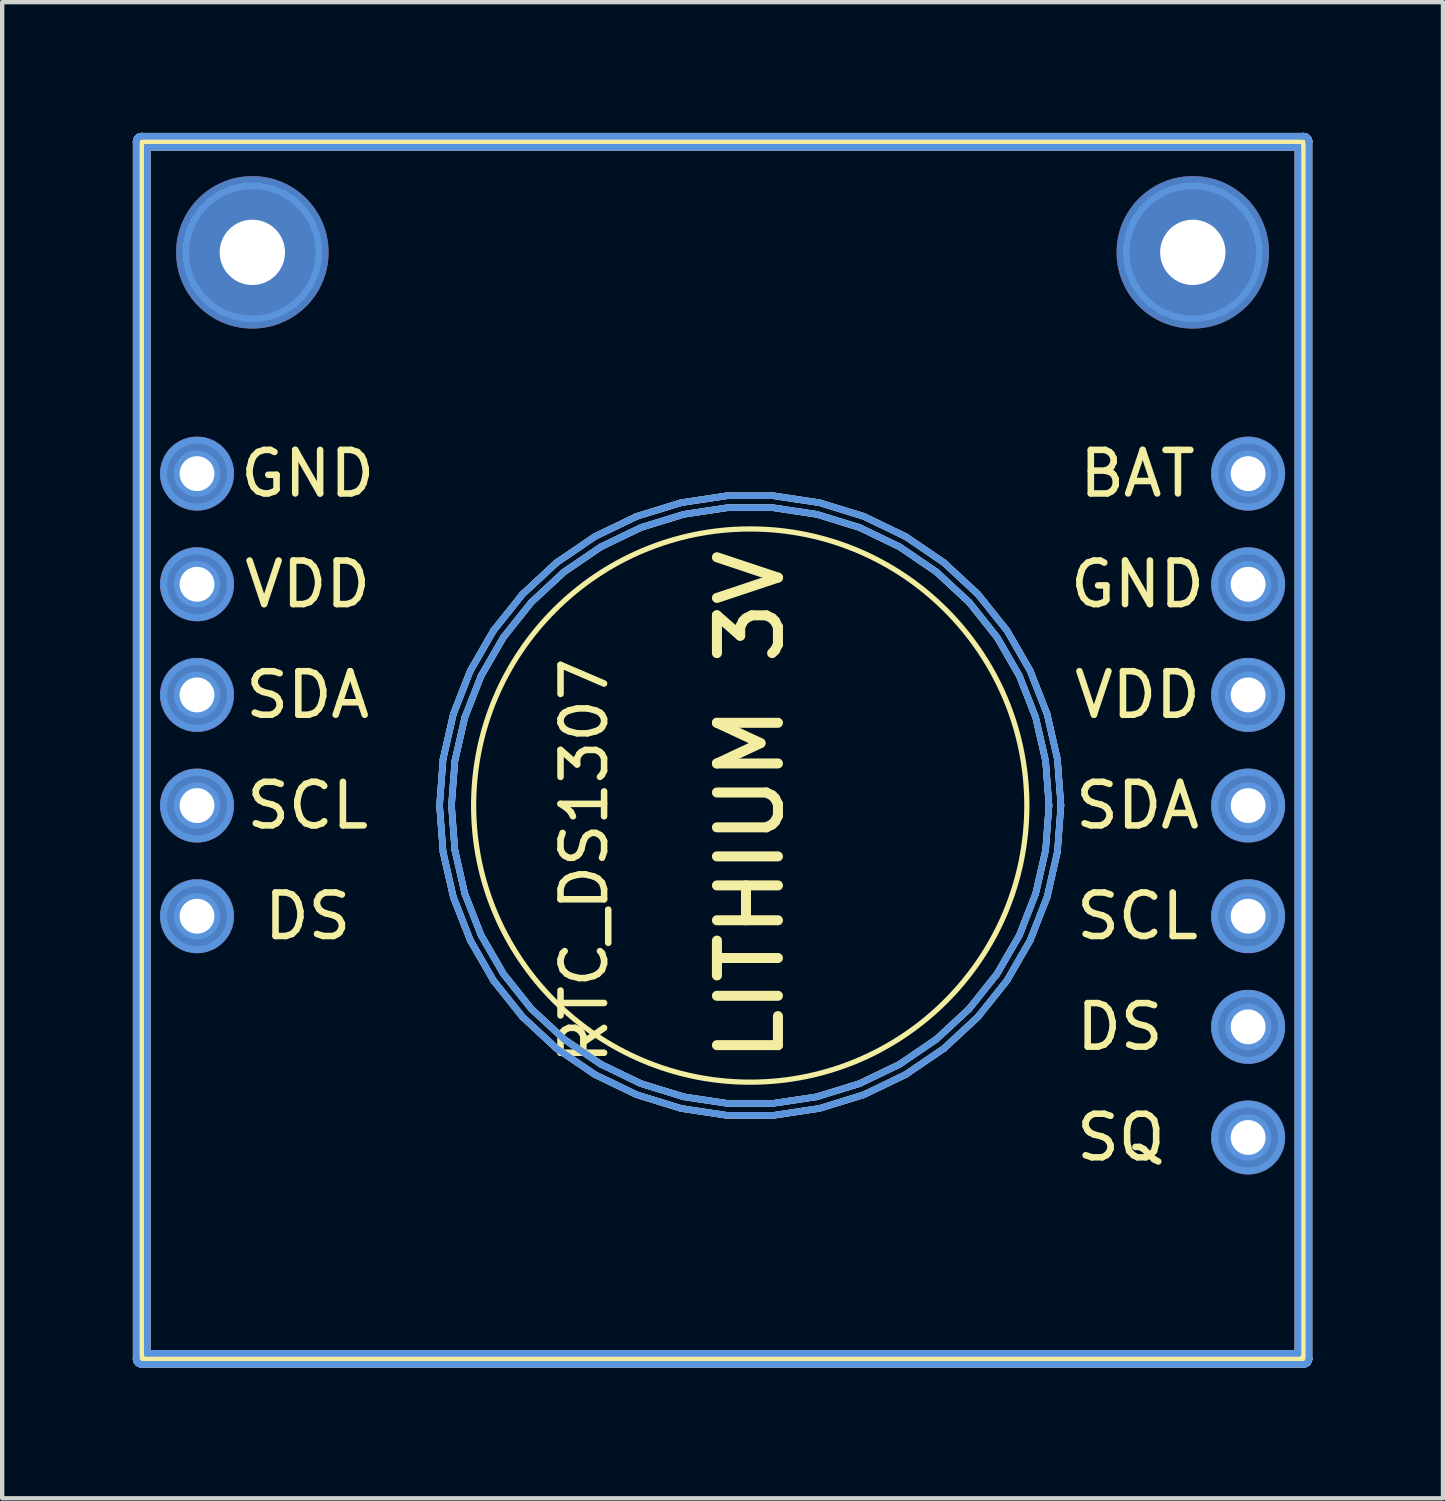
<source format=kicad_pcb>
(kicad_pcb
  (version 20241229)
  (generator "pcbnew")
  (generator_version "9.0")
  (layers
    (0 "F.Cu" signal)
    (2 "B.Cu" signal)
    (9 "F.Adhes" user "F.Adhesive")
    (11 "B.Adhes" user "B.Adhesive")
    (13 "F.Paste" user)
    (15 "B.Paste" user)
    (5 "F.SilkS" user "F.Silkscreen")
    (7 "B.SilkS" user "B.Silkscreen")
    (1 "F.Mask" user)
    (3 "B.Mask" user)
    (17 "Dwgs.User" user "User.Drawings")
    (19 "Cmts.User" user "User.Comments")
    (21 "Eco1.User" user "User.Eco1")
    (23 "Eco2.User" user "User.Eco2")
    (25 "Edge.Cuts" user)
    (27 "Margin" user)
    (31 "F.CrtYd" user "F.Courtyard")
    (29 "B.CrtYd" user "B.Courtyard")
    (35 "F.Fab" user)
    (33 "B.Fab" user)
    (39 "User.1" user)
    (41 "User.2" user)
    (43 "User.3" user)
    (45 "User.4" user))
  (footprint "RTC_DS1307"
    (layer "F.Cu")
    (at 4.013 19.253)
    (property "Reference" "RTC_DS1307" (at 6.35 -2.54 270) (layer "F.SilkS") (effects (font (size 1 1) (thickness 0.15))))
    (attr through_hole)
    (fp_line (start -3.81 -19.05) (end 22.86 -19.05) (stroke (width 0.12) (type solid)) (layer "F.SilkS"))
    (fp_line (start -3.81 8.89) (end -3.81 -19.05) (stroke (width 0.12) (type solid)) (layer "F.SilkS"))
    (fp_line (start 22.86 -19.05) (end 22.86 8.89) (stroke (width 0.12) (type solid)) (layer "F.SilkS"))
    (fp_line (start 22.86 8.89) (end -3.81 8.89) (stroke (width 0.12) (type solid)) (layer "F.SilkS"))
    (fp_circle (center 10.16 -3.81) (end 16.51 -3.81) (stroke (width 0.12) (type solid)) (fill no) (layer "F.SilkS"))
    (fp_line (start -3.938 -19.05) (end -3.937 -19.056) (stroke (width 0.15) (type solid)) (layer "Dwgs.User"))
    (fp_line (start -3.938 -19.05) (end -3.937 -19.056) (stroke (width 0.15) (type solid)) (layer "Dwgs.User"))
    (fp_line (start -3.938 8.89) (end -3.937 8.884) (stroke (width 0.15) (type solid)) (layer "Dwgs.User"))
    (fp_line (start -3.938 8.89) (end -3.937 8.884) (stroke (width 0.15) (type solid)) (layer "Dwgs.User"))
    (fp_line (start -3.937 -19.056) (end -3.935 -19.075) (stroke (width 0.15) (type solid)) (layer "Dwgs.User"))
    (fp_line (start -3.937 -19.056) (end -3.935 -19.075) (stroke (width 0.15) (type solid)) (layer "Dwgs.User"))
    (fp_line (start -3.937 -19.044) (end -3.938 -19.05) (stroke (width 0.15) (type solid)) (layer "Dwgs.User"))
    (fp_line (start -3.937 -19.044) (end -3.938 -19.05) (stroke (width 0.15) (type solid)) (layer "Dwgs.User"))
    (fp_line (start -3.937 8.884) (end -3.937 -19.044) (stroke (width 0.15) (type solid)) (layer "Dwgs.User"))
    (fp_line (start -3.937 8.884) (end -3.937 -19.044) (stroke (width 0.15) (type solid)) (layer "Dwgs.User"))
    (fp_line (start -3.937 8.896) (end -3.938 8.89) (stroke (width 0.15) (type solid)) (layer "Dwgs.User"))
    (fp_line (start -3.937 8.896) (end -3.938 8.89) (stroke (width 0.15) (type solid)) (layer "Dwgs.User"))
    (fp_line (start -3.935 -19.075) (end -3.928 -19.099) (stroke (width 0.15) (type solid)) (layer "Dwgs.User"))
    (fp_line (start -3.935 -19.075) (end -3.928 -19.099) (stroke (width 0.15) (type solid)) (layer "Dwgs.User"))
    (fp_line (start -3.935 8.915) (end -3.937 8.896) (stroke (width 0.15) (type solid)) (layer "Dwgs.User"))
    (fp_line (start -3.935 8.915) (end -3.937 8.896) (stroke (width 0.15) (type solid)) (layer "Dwgs.User"))
    (fp_line (start -3.928 -19.099) (end -3.916 -19.121) (stroke (width 0.15) (type solid)) (layer "Dwgs.User"))
    (fp_line (start -3.928 -19.099) (end -3.916 -19.121) (stroke (width 0.15) (type solid)) (layer "Dwgs.User"))
    (fp_line (start -3.928 8.939) (end -3.935 8.915) (stroke (width 0.15) (type solid)) (layer "Dwgs.User"))
    (fp_line (start -3.928 8.939) (end -3.935 8.915) (stroke (width 0.15) (type solid)) (layer "Dwgs.User"))
    (fp_line (start -3.916 -19.121) (end -3.9 -19.14) (stroke (width 0.15) (type solid)) (layer "Dwgs.User"))
    (fp_line (start -3.916 -19.121) (end -3.9 -19.14) (stroke (width 0.15) (type solid)) (layer "Dwgs.User"))
    (fp_line (start -3.916 8.961) (end -3.928 8.939) (stroke (width 0.15) (type solid)) (layer "Dwgs.User"))
    (fp_line (start -3.916 8.961) (end -3.928 8.939) (stroke (width 0.15) (type solid)) (layer "Dwgs.User"))
    (fp_line (start -3.9 -19.14) (end -3.881 -19.156) (stroke (width 0.15) (type solid)) (layer "Dwgs.User"))
    (fp_line (start -3.9 -19.14) (end -3.881 -19.156) (stroke (width 0.15) (type solid)) (layer "Dwgs.User"))
    (fp_line (start -3.9 8.98) (end -3.916 8.961) (stroke (width 0.15) (type solid)) (layer "Dwgs.User"))
    (fp_line (start -3.9 8.98) (end -3.916 8.961) (stroke (width 0.15) (type solid)) (layer "Dwgs.User"))
    (fp_line (start -3.881 -19.156) (end -3.859 -19.168) (stroke (width 0.15) (type solid)) (layer "Dwgs.User"))
    (fp_line (start -3.881 -19.156) (end -3.859 -19.168) (stroke (width 0.15) (type solid)) (layer "Dwgs.User"))
    (fp_line (start -3.881 8.996) (end -3.9 8.98) (stroke (width 0.15) (type solid)) (layer "Dwgs.User"))
    (fp_line (start -3.881 8.996) (end -3.9 8.98) (stroke (width 0.15) (type solid)) (layer "Dwgs.User"))
    (fp_line (start -3.859 -19.168) (end -3.835 -19.175) (stroke (width 0.15) (type solid)) (layer "Dwgs.User"))
    (fp_line (start -3.859 -19.168) (end -3.835 -19.175) (stroke (width 0.15) (type solid)) (layer "Dwgs.User"))
    (fp_line (start -3.859 9.008) (end -3.881 8.996) (stroke (width 0.15) (type solid)) (layer "Dwgs.User"))
    (fp_line (start -3.859 9.008) (end -3.881 8.996) (stroke (width 0.15) (type solid)) (layer "Dwgs.User"))
    (fp_line (start -3.835 -19.175) (end -3.81 -19.178) (stroke (width 0.15) (type solid)) (layer "Dwgs.User"))
    (fp_line (start -3.835 -19.175) (end -3.81 -19.178) (stroke (width 0.15) (type solid)) (layer "Dwgs.User"))
    (fp_line (start -3.835 9.015) (end -3.859 9.008) (stroke (width 0.15) (type solid)) (layer "Dwgs.User"))
    (fp_line (start -3.835 9.015) (end -3.859 9.008) (stroke (width 0.15) (type solid)) (layer "Dwgs.User"))
    (fp_line (start -3.81 -19.178) (end -3.804 -19.177) (stroke (width 0.15) (type solid)) (layer "Dwgs.User"))
    (fp_line (start -3.81 -19.178) (end -3.804 -19.177) (stroke (width 0.15) (type solid)) (layer "Dwgs.User"))
    (fp_line (start -3.81 9.018) (end -3.835 9.015) (stroke (width 0.15) (type solid)) (layer "Dwgs.User"))
    (fp_line (start -3.81 9.018) (end -3.835 9.015) (stroke (width 0.15) (type solid)) (layer "Dwgs.User"))
    (fp_line (start -3.804 -19.177) (end 22.854 -19.177) (stroke (width 0.15) (type solid)) (layer "Dwgs.User"))
    (fp_line (start -3.804 -19.177) (end 22.854 -19.177) (stroke (width 0.15) (type solid)) (layer "Dwgs.User"))
    (fp_line (start -3.804 9.017) (end -3.81 9.018) (stroke (width 0.15) (type solid)) (layer "Dwgs.User"))
    (fp_line (start -3.804 9.017) (end -3.81 9.018) (stroke (width 0.15) (type solid)) (layer "Dwgs.User"))
    (fp_line (start -3.683 -18.923) (end -3.683 8.763) (stroke (width 0.15) (type solid)) (layer "Dwgs.User"))
    (fp_line (start -3.683 -18.923) (end -3.683 8.763) (stroke (width 0.15) (type solid)) (layer "Dwgs.User"))
    (fp_line (start -3.683 8.763) (end 22.733 8.763) (stroke (width 0.15) (type solid)) (layer "Dwgs.User"))
    (fp_line (start -3.683 8.763) (end 22.733 8.763) (stroke (width 0.15) (type solid)) (layer "Dwgs.User"))
    (fp_line (start 3.028 -3.81) (end 3.108 -4.873) (stroke (width 0.15) (type solid)) (layer "Dwgs.User"))
    (fp_line (start 3.028 -3.81) (end 3.108 -4.873) (stroke (width 0.15) (type solid)) (layer "Dwgs.User"))
    (fp_line (start 3.108 -4.873) (end 3.345 -5.912) (stroke (width 0.15) (type solid)) (layer "Dwgs.User"))
    (fp_line (start 3.108 -4.873) (end 3.345 -5.912) (stroke (width 0.15) (type solid)) (layer "Dwgs.User"))
    (fp_line (start 3.108 -2.747) (end 3.028 -3.81) (stroke (width 0.15) (type solid)) (layer "Dwgs.User"))
    (fp_line (start 3.108 -2.747) (end 3.028 -3.81) (stroke (width 0.15) (type solid)) (layer "Dwgs.User"))
    (fp_line (start 3.302 -3.81) (end 3.379 -2.788) (stroke (width 0.15) (type solid)) (layer "Dwgs.User"))
    (fp_line (start 3.302 -3.81) (end 3.379 -2.788) (stroke (width 0.15) (type solid)) (layer "Dwgs.User"))
    (fp_line (start 3.345 -5.912) (end 3.734 -6.904) (stroke (width 0.15) (type solid)) (layer "Dwgs.User"))
    (fp_line (start 3.345 -5.912) (end 3.734 -6.904) (stroke (width 0.15) (type solid)) (layer "Dwgs.User"))
    (fp_line (start 3.345 -1.708) (end 3.108 -2.747) (stroke (width 0.15) (type solid)) (layer "Dwgs.User"))
    (fp_line (start 3.345 -1.708) (end 3.108 -2.747) (stroke (width 0.15) (type solid)) (layer "Dwgs.User"))
    (fp_line (start 3.379 -4.832) (end 3.302 -3.81) (stroke (width 0.15) (type solid)) (layer "Dwgs.User"))
    (fp_line (start 3.379 -4.832) (end 3.302 -3.81) (stroke (width 0.15) (type solid)) (layer "Dwgs.User"))
    (fp_line (start 3.379 -2.788) (end 3.607 -1.789) (stroke (width 0.15) (type solid)) (layer "Dwgs.User"))
    (fp_line (start 3.379 -2.788) (end 3.607 -1.789) (stroke (width 0.15) (type solid)) (layer "Dwgs.User"))
    (fp_line (start 3.607 -5.831) (end 3.379 -4.832) (stroke (width 0.15) (type solid)) (layer "Dwgs.User"))
    (fp_line (start 3.607 -5.831) (end 3.379 -4.832) (stroke (width 0.15) (type solid)) (layer "Dwgs.User"))
    (fp_line (start 3.607 -1.789) (end 3.981 -0.834) (stroke (width 0.15) (type solid)) (layer "Dwgs.User"))
    (fp_line (start 3.607 -1.789) (end 3.981 -0.834) (stroke (width 0.15) (type solid)) (layer "Dwgs.User"))
    (fp_line (start 3.734 -6.904) (end 4.267 -7.828) (stroke (width 0.15) (type solid)) (layer "Dwgs.User"))
    (fp_line (start 3.734 -6.904) (end 4.267 -7.828) (stroke (width 0.15) (type solid)) (layer "Dwgs.User"))
    (fp_line (start 3.734 -0.716) (end 3.345 -1.708) (stroke (width 0.15) (type solid)) (layer "Dwgs.User"))
    (fp_line (start 3.734 -0.716) (end 3.345 -1.708) (stroke (width 0.15) (type solid)) (layer "Dwgs.User"))
    (fp_line (start 3.981 -6.786) (end 3.607 -5.831) (stroke (width 0.15) (type solid)) (layer "Dwgs.User"))
    (fp_line (start 3.981 -6.786) (end 3.607 -5.831) (stroke (width 0.15) (type solid)) (layer "Dwgs.User"))
    (fp_line (start 3.981 -0.834) (end 4.494 0.053) (stroke (width 0.15) (type solid)) (layer "Dwgs.User"))
    (fp_line (start 3.981 -0.834) (end 4.494 0.053) (stroke (width 0.15) (type solid)) (layer "Dwgs.User"))
    (fp_line (start 4.267 -7.828) (end 4.932 -8.661) (stroke (width 0.15) (type solid)) (layer "Dwgs.User"))
    (fp_line (start 4.267 -7.828) (end 4.932 -8.661) (stroke (width 0.15) (type solid)) (layer "Dwgs.User"))
    (fp_line (start 4.267 0.208) (end 3.734 -0.716) (stroke (width 0.15) (type solid)) (layer "Dwgs.User"))
    (fp_line (start 4.267 0.208) (end 3.734 -0.716) (stroke (width 0.15) (type solid)) (layer "Dwgs.User"))
    (fp_line (start 4.494 -7.673) (end 3.981 -6.786) (stroke (width 0.15) (type solid)) (layer "Dwgs.User"))
    (fp_line (start 4.494 -7.673) (end 3.981 -6.786) (stroke (width 0.15) (type solid)) (layer "Dwgs.User"))
    (fp_line (start 4.494 0.053) (end 5.133 0.855) (stroke (width 0.15) (type solid)) (layer "Dwgs.User"))
    (fp_line (start 4.494 0.053) (end 5.133 0.855) (stroke (width 0.15) (type solid)) (layer "Dwgs.User"))
    (fp_line (start 4.932 -8.661) (end 5.713 -9.386) (stroke (width 0.15) (type solid)) (layer "Dwgs.User"))
    (fp_line (start 4.932 -8.661) (end 5.713 -9.386) (stroke (width 0.15) (type solid)) (layer "Dwgs.User"))
    (fp_line (start 4.932 1.041) (end 4.267 0.208) (stroke (width 0.15) (type solid)) (layer "Dwgs.User"))
    (fp_line (start 4.932 1.041) (end 4.267 0.208) (stroke (width 0.15) (type solid)) (layer "Dwgs.User"))
    (fp_line (start 5.133 -8.475) (end 4.494 -7.673) (stroke (width 0.15) (type solid)) (layer "Dwgs.User"))
    (fp_line (start 5.133 -8.475) (end 4.494 -7.673) (stroke (width 0.15) (type solid)) (layer "Dwgs.User"))
    (fp_line (start 5.133 0.855) (end 5.884 1.552) (stroke (width 0.15) (type solid)) (layer "Dwgs.User"))
    (fp_line (start 5.133 0.855) (end 5.884 1.552) (stroke (width 0.15) (type solid)) (layer "Dwgs.User"))
    (fp_line (start 5.713 -9.386) (end 6.594 -9.986) (stroke (width 0.15) (type solid)) (layer "Dwgs.User"))
    (fp_line (start 5.713 -9.386) (end 6.594 -9.986) (stroke (width 0.15) (type solid)) (layer "Dwgs.User"))
    (fp_line (start 5.713 1.766) (end 4.932 1.041) (stroke (width 0.15) (type solid)) (layer "Dwgs.User"))
    (fp_line (start 5.713 1.766) (end 4.932 1.041) (stroke (width 0.15) (type solid)) (layer "Dwgs.User"))
    (fp_line (start 5.884 -9.172) (end 5.133 -8.475) (stroke (width 0.15) (type solid)) (layer "Dwgs.User"))
    (fp_line (start 5.884 -9.172) (end 5.133 -8.475) (stroke (width 0.15) (type solid)) (layer "Dwgs.User"))
    (fp_line (start 5.884 1.552) (end 6.731 2.129) (stroke (width 0.15) (type solid)) (layer "Dwgs.User"))
    (fp_line (start 5.884 1.552) (end 6.731 2.129) (stroke (width 0.15) (type solid)) (layer "Dwgs.User"))
    (fp_line (start 6.594 -9.986) (end 7.554 -10.449) (stroke (width 0.15) (type solid)) (layer "Dwgs.User"))
    (fp_line (start 6.594 -9.986) (end 7.554 -10.449) (stroke (width 0.15) (type solid)) (layer "Dwgs.User"))
    (fp_line (start 6.594 2.366) (end 5.713 1.766) (stroke (width 0.15) (type solid)) (layer "Dwgs.User"))
    (fp_line (start 6.594 2.366) (end 5.713 1.766) (stroke (width 0.15) (type solid)) (layer "Dwgs.User"))
    (fp_line (start 6.731 -9.749) (end 5.884 -9.172) (stroke (width 0.15) (type solid)) (layer "Dwgs.User"))
    (fp_line (start 6.731 -9.749) (end 5.884 -9.172) (stroke (width 0.15) (type solid)) (layer "Dwgs.User"))
    (fp_line (start 6.731 2.129) (end 7.654 2.574) (stroke (width 0.15) (type solid)) (layer "Dwgs.User"))
    (fp_line (start 6.731 2.129) (end 7.654 2.574) (stroke (width 0.15) (type solid)) (layer "Dwgs.User"))
    (fp_line (start 7.554 -10.449) (end 8.573 -10.763) (stroke (width 0.15) (type solid)) (layer "Dwgs.User"))
    (fp_line (start 7.554 -10.449) (end 8.573 -10.763) (stroke (width 0.15) (type solid)) (layer "Dwgs.User"))
    (fp_line (start 7.554 2.829) (end 6.594 2.366) (stroke (width 0.15) (type solid)) (layer "Dwgs.User"))
    (fp_line (start 7.554 2.829) (end 6.594 2.366) (stroke (width 0.15) (type solid)) (layer "Dwgs.User"))
    (fp_line (start 7.654 -10.194) (end 6.731 -9.749) (stroke (width 0.15) (type solid)) (layer "Dwgs.User"))
    (fp_line (start 7.654 -10.194) (end 6.731 -9.749) (stroke (width 0.15) (type solid)) (layer "Dwgs.User"))
    (fp_line (start 7.654 2.574) (end 8.634 2.876) (stroke (width 0.15) (type solid)) (layer "Dwgs.User"))
    (fp_line (start 7.654 2.574) (end 8.634 2.876) (stroke (width 0.15) (type solid)) (layer "Dwgs.User"))
    (fp_line (start 8.573 -10.763) (end 9.627 -10.922) (stroke (width 0.15) (type solid)) (layer "Dwgs.User"))
    (fp_line (start 8.573 -10.763) (end 9.627 -10.922) (stroke (width 0.15) (type solid)) (layer "Dwgs.User"))
    (fp_line (start 8.573 3.143) (end 7.554 2.829) (stroke (width 0.15) (type solid)) (layer "Dwgs.User"))
    (fp_line (start 8.573 3.143) (end 7.554 2.829) (stroke (width 0.15) (type solid)) (layer "Dwgs.User"))
    (fp_line (start 8.634 -10.496) (end 7.654 -10.194) (stroke (width 0.15) (type solid)) (layer "Dwgs.User"))
    (fp_line (start 8.634 -10.496) (end 7.654 -10.194) (stroke (width 0.15) (type solid)) (layer "Dwgs.User"))
    (fp_line (start 8.634 2.876) (end 9.648 3.029) (stroke (width 0.15) (type solid)) (layer "Dwgs.User"))
    (fp_line (start 8.634 2.876) (end 9.648 3.029) (stroke (width 0.15) (type solid)) (layer "Dwgs.User"))
    (fp_line (start 9.627 -10.922) (end 10.693 -10.922) (stroke (width 0.15) (type solid)) (layer "Dwgs.User"))
    (fp_line (start 9.627 -10.922) (end 10.693 -10.922) (stroke (width 0.15) (type solid)) (layer "Dwgs.User"))
    (fp_line (start 9.627 3.302) (end 8.573 3.143) (stroke (width 0.15) (type solid)) (layer "Dwgs.User"))
    (fp_line (start 9.627 3.302) (end 8.573 3.143) (stroke (width 0.15) (type solid)) (layer "Dwgs.User"))
    (fp_line (start 9.648 -10.649) (end 8.634 -10.496) (stroke (width 0.15) (type solid)) (layer "Dwgs.User"))
    (fp_line (start 9.648 -10.649) (end 8.634 -10.496) (stroke (width 0.15) (type solid)) (layer "Dwgs.User"))
    (fp_line (start 9.648 3.029) (end 10.672 3.029) (stroke (width 0.15) (type solid)) (layer "Dwgs.User"))
    (fp_line (start 9.648 3.029) (end 10.672 3.029) (stroke (width 0.15) (type solid)) (layer "Dwgs.User"))
    (fp_line (start 10.672 -10.649) (end 9.648 -10.649) (stroke (width 0.15) (type solid)) (layer "Dwgs.User"))
    (fp_line (start 10.672 -10.649) (end 9.648 -10.649) (stroke (width 0.15) (type solid)) (layer "Dwgs.User"))
    (fp_line (start 10.672 3.029) (end 11.686 2.876) (stroke (width 0.15) (type solid)) (layer "Dwgs.User"))
    (fp_line (start 10.672 3.029) (end 11.686 2.876) (stroke (width 0.15) (type solid)) (layer "Dwgs.User"))
    (fp_line (start 10.693 -10.922) (end 11.747 -10.763) (stroke (width 0.15) (type solid)) (layer "Dwgs.User"))
    (fp_line (start 10.693 -10.922) (end 11.747 -10.763) (stroke (width 0.15) (type solid)) (layer "Dwgs.User"))
    (fp_line (start 10.693 3.302) (end 9.627 3.302) (stroke (width 0.15) (type solid)) (layer "Dwgs.User"))
    (fp_line (start 10.693 3.302) (end 9.627 3.302) (stroke (width 0.15) (type solid)) (layer "Dwgs.User"))
    (fp_line (start 11.686 -10.496) (end 10.672 -10.649) (stroke (width 0.15) (type solid)) (layer "Dwgs.User"))
    (fp_line (start 11.686 -10.496) (end 10.672 -10.649) (stroke (width 0.15) (type solid)) (layer "Dwgs.User"))
    (fp_line (start 11.686 2.876) (end 12.666 2.574) (stroke (width 0.15) (type solid)) (layer "Dwgs.User"))
    (fp_line (start 11.686 2.876) (end 12.666 2.574) (stroke (width 0.15) (type solid)) (layer "Dwgs.User"))
    (fp_line (start 11.747 -10.763) (end 12.766 -10.449) (stroke (width 0.15) (type solid)) (layer "Dwgs.User"))
    (fp_line (start 11.747 -10.763) (end 12.766 -10.449) (stroke (width 0.15) (type solid)) (layer "Dwgs.User"))
    (fp_line (start 11.747 3.143) (end 10.693 3.302) (stroke (width 0.15) (type solid)) (layer "Dwgs.User"))
    (fp_line (start 11.747 3.143) (end 10.693 3.302) (stroke (width 0.15) (type solid)) (layer "Dwgs.User"))
    (fp_line (start 12.666 -10.194) (end 11.686 -10.496) (stroke (width 0.15) (type solid)) (layer "Dwgs.User"))
    (fp_line (start 12.666 -10.194) (end 11.686 -10.496) (stroke (width 0.15) (type solid)) (layer "Dwgs.User"))
    (fp_line (start 12.666 2.574) (end 13.589 2.129) (stroke (width 0.15) (type solid)) (layer "Dwgs.User"))
    (fp_line (start 12.666 2.574) (end 13.589 2.129) (stroke (width 0.15) (type solid)) (layer "Dwgs.User"))
    (fp_line (start 12.766 -10.449) (end 13.726 -9.986) (stroke (width 0.15) (type solid)) (layer "Dwgs.User"))
    (fp_line (start 12.766 -10.449) (end 13.726 -9.986) (stroke (width 0.15) (type solid)) (layer "Dwgs.User"))
    (fp_line (start 12.766 2.829) (end 11.747 3.143) (stroke (width 0.15) (type solid)) (layer "Dwgs.User"))
    (fp_line (start 12.766 2.829) (end 11.747 3.143) (stroke (width 0.15) (type solid)) (layer "Dwgs.User"))
    (fp_line (start 13.589 -9.749) (end 12.666 -10.194) (stroke (width 0.15) (type solid)) (layer "Dwgs.User"))
    (fp_line (start 13.589 -9.749) (end 12.666 -10.194) (stroke (width 0.15) (type solid)) (layer "Dwgs.User"))
    (fp_line (start 13.589 2.129) (end 14.436 1.552) (stroke (width 0.15) (type solid)) (layer "Dwgs.User"))
    (fp_line (start 13.589 2.129) (end 14.436 1.552) (stroke (width 0.15) (type solid)) (layer "Dwgs.User"))
    (fp_line (start 13.726 -9.986) (end 14.607 -9.386) (stroke (width 0.15) (type solid)) (layer "Dwgs.User"))
    (fp_line (start 13.726 -9.986) (end 14.607 -9.386) (stroke (width 0.15) (type solid)) (layer "Dwgs.User"))
    (fp_line (start 13.726 2.366) (end 12.766 2.829) (stroke (width 0.15) (type solid)) (layer "Dwgs.User"))
    (fp_line (start 13.726 2.366) (end 12.766 2.829) (stroke (width 0.15) (type solid)) (layer "Dwgs.User"))
    (fp_line (start 14.436 -9.172) (end 13.589 -9.749) (stroke (width 0.15) (type solid)) (layer "Dwgs.User"))
    (fp_line (start 14.436 -9.172) (end 13.589 -9.749) (stroke (width 0.15) (type solid)) (layer "Dwgs.User"))
    (fp_line (start 14.436 1.552) (end 15.187 0.855) (stroke (width 0.15) (type solid)) (layer "Dwgs.User"))
    (fp_line (start 14.436 1.552) (end 15.187 0.855) (stroke (width 0.15) (type solid)) (layer "Dwgs.User"))
    (fp_line (start 14.607 -9.386) (end 15.388 -8.661) (stroke (width 0.15) (type solid)) (layer "Dwgs.User"))
    (fp_line (start 14.607 -9.386) (end 15.388 -8.661) (stroke (width 0.15) (type solid)) (layer "Dwgs.User"))
    (fp_line (start 14.607 1.766) (end 13.726 2.366) (stroke (width 0.15) (type solid)) (layer "Dwgs.User"))
    (fp_line (start 14.607 1.766) (end 13.726 2.366) (stroke (width 0.15) (type solid)) (layer "Dwgs.User"))
    (fp_line (start 15.187 -8.475) (end 14.436 -9.172) (stroke (width 0.15) (type solid)) (layer "Dwgs.User"))
    (fp_line (start 15.187 -8.475) (end 14.436 -9.172) (stroke (width 0.15) (type solid)) (layer "Dwgs.User"))
    (fp_line (start 15.187 0.855) (end 15.826 0.053) (stroke (width 0.15) (type solid)) (layer "Dwgs.User"))
    (fp_line (start 15.187 0.855) (end 15.826 0.053) (stroke (width 0.15) (type solid)) (layer "Dwgs.User"))
    (fp_line (start 15.388 -8.661) (end 16.053 -7.828) (stroke (width 0.15) (type solid)) (layer "Dwgs.User"))
    (fp_line (start 15.388 -8.661) (end 16.053 -7.828) (stroke (width 0.15) (type solid)) (layer "Dwgs.User"))
    (fp_line (start 15.388 1.041) (end 14.607 1.766) (stroke (width 0.15) (type solid)) (layer "Dwgs.User"))
    (fp_line (start 15.388 1.041) (end 14.607 1.766) (stroke (width 0.15) (type solid)) (layer "Dwgs.User"))
    (fp_line (start 15.826 -7.673) (end 15.187 -8.475) (stroke (width 0.15) (type solid)) (layer "Dwgs.User"))
    (fp_line (start 15.826 -7.673) (end 15.187 -8.475) (stroke (width 0.15) (type solid)) (layer "Dwgs.User"))
    (fp_line (start 15.826 0.053) (end 16.339 -0.834) (stroke (width 0.15) (type solid)) (layer "Dwgs.User"))
    (fp_line (start 15.826 0.053) (end 16.339 -0.834) (stroke (width 0.15) (type solid)) (layer "Dwgs.User"))
    (fp_line (start 16.053 -7.828) (end 16.586 -6.904) (stroke (width 0.15) (type solid)) (layer "Dwgs.User"))
    (fp_line (start 16.053 -7.828) (end 16.586 -6.904) (stroke (width 0.15) (type solid)) (layer "Dwgs.User"))
    (fp_line (start 16.053 0.208) (end 15.388 1.041) (stroke (width 0.15) (type solid)) (layer "Dwgs.User"))
    (fp_line (start 16.053 0.208) (end 15.388 1.041) (stroke (width 0.15) (type solid)) (layer "Dwgs.User"))
    (fp_line (start 16.339 -6.786) (end 15.826 -7.673) (stroke (width 0.15) (type solid)) (layer "Dwgs.User"))
    (fp_line (start 16.339 -6.786) (end 15.826 -7.673) (stroke (width 0.15) (type solid)) (layer "Dwgs.User"))
    (fp_line (start 16.339 -0.834) (end 16.713 -1.789) (stroke (width 0.15) (type solid)) (layer "Dwgs.User"))
    (fp_line (start 16.339 -0.834) (end 16.713 -1.789) (stroke (width 0.15) (type solid)) (layer "Dwgs.User"))
    (fp_line (start 16.586 -6.904) (end 16.975 -5.912) (stroke (width 0.15) (type solid)) (layer "Dwgs.User"))
    (fp_line (start 16.586 -6.904) (end 16.975 -5.912) (stroke (width 0.15) (type solid)) (layer "Dwgs.User"))
    (fp_line (start 16.586 -0.716) (end 16.053 0.208) (stroke (width 0.15) (type solid)) (layer "Dwgs.User"))
    (fp_line (start 16.586 -0.716) (end 16.053 0.208) (stroke (width 0.15) (type solid)) (layer "Dwgs.User"))
    (fp_line (start 16.713 -5.831) (end 16.339 -6.786) (stroke (width 0.15) (type solid)) (layer "Dwgs.User"))
    (fp_line (start 16.713 -5.831) (end 16.339 -6.786) (stroke (width 0.15) (type solid)) (layer "Dwgs.User"))
    (fp_line (start 16.713 -1.789) (end 16.941 -2.788) (stroke (width 0.15) (type solid)) (layer "Dwgs.User"))
    (fp_line (start 16.713 -1.789) (end 16.941 -2.788) (stroke (width 0.15) (type solid)) (layer "Dwgs.User"))
    (fp_line (start 16.941 -4.832) (end 16.713 -5.831) (stroke (width 0.15) (type solid)) (layer "Dwgs.User"))
    (fp_line (start 16.941 -4.832) (end 16.713 -5.831) (stroke (width 0.15) (type solid)) (layer "Dwgs.User"))
    (fp_line (start 16.941 -2.788) (end 17.018 -3.81) (stroke (width 0.15) (type solid)) (layer "Dwgs.User"))
    (fp_line (start 16.941 -2.788) (end 17.018 -3.81) (stroke (width 0.15) (type solid)) (layer "Dwgs.User"))
    (fp_line (start 16.975 -5.912) (end 17.212 -4.873) (stroke (width 0.15) (type solid)) (layer "Dwgs.User"))
    (fp_line (start 16.975 -5.912) (end 17.212 -4.873) (stroke (width 0.15) (type solid)) (layer "Dwgs.User"))
    (fp_line (start 16.975 -1.708) (end 16.586 -0.716) (stroke (width 0.15) (type solid)) (layer "Dwgs.User"))
    (fp_line (start 16.975 -1.708) (end 16.586 -0.716) (stroke (width 0.15) (type solid)) (layer "Dwgs.User"))
    (fp_line (start 17.018 -3.81) (end 16.941 -4.832) (stroke (width 0.15) (type solid)) (layer "Dwgs.User"))
    (fp_line (start 17.018 -3.81) (end 16.941 -4.832) (stroke (width 0.15) (type solid)) (layer "Dwgs.User"))
    (fp_line (start 17.212 -4.873) (end 17.292 -3.81) (stroke (width 0.15) (type solid)) (layer "Dwgs.User"))
    (fp_line (start 17.212 -4.873) (end 17.292 -3.81) (stroke (width 0.15) (type solid)) (layer "Dwgs.User"))
    (fp_line (start 17.212 -2.747) (end 16.975 -1.708) (stroke (width 0.15) (type solid)) (layer "Dwgs.User"))
    (fp_line (start 17.212 -2.747) (end 16.975 -1.708) (stroke (width 0.15) (type solid)) (layer "Dwgs.User"))
    (fp_line (start 17.292 -3.81) (end 17.212 -2.747) (stroke (width 0.15) (type solid)) (layer "Dwgs.User"))
    (fp_line (start 17.292 -3.81) (end 17.212 -2.747) (stroke (width 0.15) (type solid)) (layer "Dwgs.User"))
    (fp_line (start 22.733 -18.923) (end -3.683 -18.923) (stroke (width 0.15) (type solid)) (layer "Dwgs.User"))
    (fp_line (start 22.733 -18.923) (end -3.683 -18.923) (stroke (width 0.15) (type solid)) (layer "Dwgs.User"))
    (fp_line (start 22.733 8.763) (end 22.733 -18.923) (stroke (width 0.15) (type solid)) (layer "Dwgs.User"))
    (fp_line (start 22.733 8.763) (end 22.733 -18.923) (stroke (width 0.15) (type solid)) (layer "Dwgs.User"))
    (fp_line (start 22.854 -19.177) (end 22.86 -19.178) (stroke (width 0.15) (type solid)) (layer "Dwgs.User"))
    (fp_line (start 22.854 -19.177) (end 22.86 -19.178) (stroke (width 0.15) (type solid)) (layer "Dwgs.User"))
    (fp_line (start 22.854 9.017) (end -3.804 9.017) (stroke (width 0.15) (type solid)) (layer "Dwgs.User"))
    (fp_line (start 22.854 9.017) (end -3.804 9.017) (stroke (width 0.15) (type solid)) (layer "Dwgs.User"))
    (fp_line (start 22.86 -19.178) (end 22.885 -19.175) (stroke (width 0.15) (type solid)) (layer "Dwgs.User"))
    (fp_line (start 22.86 -19.178) (end 22.885 -19.175) (stroke (width 0.15) (type solid)) (layer "Dwgs.User"))
    (fp_line (start 22.86 9.018) (end 22.854 9.017) (stroke (width 0.15) (type solid)) (layer "Dwgs.User"))
    (fp_line (start 22.86 9.018) (end 22.854 9.017) (stroke (width 0.15) (type solid)) (layer "Dwgs.User"))
    (fp_line (start 22.885 -19.175) (end 22.909 -19.168) (stroke (width 0.15) (type solid)) (layer "Dwgs.User"))
    (fp_line (start 22.885 -19.175) (end 22.909 -19.168) (stroke (width 0.15) (type solid)) (layer "Dwgs.User"))
    (fp_line (start 22.885 9.015) (end 22.86 9.018) (stroke (width 0.15) (type solid)) (layer "Dwgs.User"))
    (fp_line (start 22.885 9.015) (end 22.86 9.018) (stroke (width 0.15) (type solid)) (layer "Dwgs.User"))
    (fp_line (start 22.909 -19.168) (end 22.931 -19.156) (stroke (width 0.15) (type solid)) (layer "Dwgs.User"))
    (fp_line (start 22.909 -19.168) (end 22.931 -19.156) (stroke (width 0.15) (type solid)) (layer "Dwgs.User"))
    (fp_line (start 22.909 9.008) (end 22.885 9.015) (stroke (width 0.15) (type solid)) (layer "Dwgs.User"))
    (fp_line (start 22.909 9.008) (end 22.885 9.015) (stroke (width 0.15) (type solid)) (layer "Dwgs.User"))
    (fp_line (start 22.931 -19.156) (end 22.95 -19.14) (stroke (width 0.15) (type solid)) (layer "Dwgs.User"))
    (fp_line (start 22.931 -19.156) (end 22.95 -19.14) (stroke (width 0.15) (type solid)) (layer "Dwgs.User"))
    (fp_line (start 22.931 8.996) (end 22.909 9.008) (stroke (width 0.15) (type solid)) (layer "Dwgs.User"))
    (fp_line (start 22.931 8.996) (end 22.909 9.008) (stroke (width 0.15) (type solid)) (layer "Dwgs.User"))
    (fp_line (start 22.95 -19.14) (end 22.966 -19.121) (stroke (width 0.15) (type solid)) (layer "Dwgs.User"))
    (fp_line (start 22.95 -19.14) (end 22.966 -19.121) (stroke (width 0.15) (type solid)) (layer "Dwgs.User"))
    (fp_line (start 22.95 8.98) (end 22.931 8.996) (stroke (width 0.15) (type solid)) (layer "Dwgs.User"))
    (fp_line (start 22.95 8.98) (end 22.931 8.996) (stroke (width 0.15) (type solid)) (layer "Dwgs.User"))
    (fp_line (start 22.966 -19.121) (end 22.978 -19.099) (stroke (width 0.15) (type solid)) (layer "Dwgs.User"))
    (fp_line (start 22.966 -19.121) (end 22.978 -19.099) (stroke (width 0.15) (type solid)) (layer "Dwgs.User"))
    (fp_line (start 22.966 8.961) (end 22.95 8.98) (stroke (width 0.15) (type solid)) (layer "Dwgs.User"))
    (fp_line (start 22.966 8.961) (end 22.95 8.98) (stroke (width 0.15) (type solid)) (layer "Dwgs.User"))
    (fp_line (start 22.978 -19.099) (end 22.985 -19.075) (stroke (width 0.15) (type solid)) (layer "Dwgs.User"))
    (fp_line (start 22.978 -19.099) (end 22.985 -19.075) (stroke (width 0.15) (type solid)) (layer "Dwgs.User"))
    (fp_line (start 22.978 8.939) (end 22.966 8.961) (stroke (width 0.15) (type solid)) (layer "Dwgs.User"))
    (fp_line (start 22.978 8.939) (end 22.966 8.961) (stroke (width 0.15) (type solid)) (layer "Dwgs.User"))
    (fp_line (start 22.985 -19.075) (end 22.987 -19.056) (stroke (width 0.15) (type solid)) (layer "Dwgs.User"))
    (fp_line (start 22.985 -19.075) (end 22.987 -19.056) (stroke (width 0.15) (type solid)) (layer "Dwgs.User"))
    (fp_line (start 22.985 8.915) (end 22.978 8.939) (stroke (width 0.15) (type solid)) (layer "Dwgs.User"))
    (fp_line (start 22.985 8.915) (end 22.978 8.939) (stroke (width 0.15) (type solid)) (layer "Dwgs.User"))
    (fp_line (start 22.987 -19.056) (end 22.988 -19.05) (stroke (width 0.15) (type solid)) (layer "Dwgs.User"))
    (fp_line (start 22.987 -19.056) (end 22.988 -19.05) (stroke (width 0.15) (type solid)) (layer "Dwgs.User"))
    (fp_line (start 22.987 -19.044) (end 22.987 8.884) (stroke (width 0.15) (type solid)) (layer "Dwgs.User"))
    (fp_line (start 22.987 -19.044) (end 22.987 8.884) (stroke (width 0.15) (type solid)) (layer "Dwgs.User"))
    (fp_line (start 22.987 8.884) (end 22.988 8.89) (stroke (width 0.15) (type solid)) (layer "Dwgs.User"))
    (fp_line (start 22.987 8.884) (end 22.988 8.89) (stroke (width 0.15) (type solid)) (layer "Dwgs.User"))
    (fp_line (start 22.987 8.896) (end 22.985 8.915) (stroke (width 0.15) (type solid)) (layer "Dwgs.User"))
    (fp_line (start 22.987 8.896) (end 22.985 8.915) (stroke (width 0.15) (type solid)) (layer "Dwgs.User"))
    (fp_line (start 22.988 -19.05) (end 22.987 -19.044) (stroke (width 0.15) (type solid)) (layer "Dwgs.User"))
    (fp_line (start 22.988 -19.05) (end 22.987 -19.044) (stroke (width 0.15) (type solid)) (layer "Dwgs.User"))
    (fp_line (start 22.988 8.89) (end 22.987 8.896) (stroke (width 0.15) (type solid)) (layer "Dwgs.User"))
    (fp_line (start 22.988 8.89) (end 22.987 8.896) (stroke (width 0.15) (type solid)) (layer "Dwgs.User"))
    (fp_line (start -3.938 -19.05) (end -3.937 -19.056) (stroke (width 0.15) (type solid)) (layer "Cmts.User"))
    (fp_line (start -3.938 8.89) (end -3.937 8.884) (stroke (width 0.15) (type solid)) (layer "Cmts.User"))
    (fp_line (start -3.937 -19.056) (end -3.935 -19.075) (stroke (width 0.15) (type solid)) (layer "Cmts.User"))
    (fp_line (start -3.937 -19.044) (end -3.938 -19.05) (stroke (width 0.15) (type solid)) (layer "Cmts.User"))
    (fp_line (start -3.937 8.884) (end -3.937 -19.044) (stroke (width 0.15) (type solid)) (layer "Cmts.User"))
    (fp_line (start -3.937 8.896) (end -3.938 8.89) (stroke (width 0.15) (type solid)) (layer "Cmts.User"))
    (fp_line (start -3.935 -19.075) (end -3.928 -19.099) (stroke (width 0.15) (type solid)) (layer "Cmts.User"))
    (fp_line (start -3.935 8.915) (end -3.937 8.896) (stroke (width 0.15) (type solid)) (layer "Cmts.User"))
    (fp_line (start -3.928 -19.099) (end -3.916 -19.121) (stroke (width 0.15) (type solid)) (layer "Cmts.User"))
    (fp_line (start -3.928 8.939) (end -3.935 8.915) (stroke (width 0.15) (type solid)) (layer "Cmts.User"))
    (fp_line (start -3.916 -19.121) (end -3.9 -19.14) (stroke (width 0.15) (type solid)) (layer "Cmts.User"))
    (fp_line (start -3.916 8.961) (end -3.928 8.939) (stroke (width 0.15) (type solid)) (layer "Cmts.User"))
    (fp_line (start -3.9 -19.14) (end -3.881 -19.156) (stroke (width 0.15) (type solid)) (layer "Cmts.User"))
    (fp_line (start -3.9 8.98) (end -3.916 8.961) (stroke (width 0.15) (type solid)) (layer "Cmts.User"))
    (fp_line (start -3.881 -19.156) (end -3.859 -19.168) (stroke (width 0.15) (type solid)) (layer "Cmts.User"))
    (fp_line (start -3.881 8.996) (end -3.9 8.98) (stroke (width 0.15) (type solid)) (layer "Cmts.User"))
    (fp_line (start -3.859 -19.168) (end -3.835 -19.175) (stroke (width 0.15) (type solid)) (layer "Cmts.User"))
    (fp_line (start -3.859 9.008) (end -3.881 8.996) (stroke (width 0.15) (type solid)) (layer "Cmts.User"))
    (fp_line (start -3.835 -19.175) (end -3.81 -19.178) (stroke (width 0.15) (type solid)) (layer "Cmts.User"))
    (fp_line (start -3.835 9.015) (end -3.859 9.008) (stroke (width 0.15) (type solid)) (layer "Cmts.User"))
    (fp_line (start -3.81 -19.178) (end -3.804 -19.177) (stroke (width 0.15) (type solid)) (layer "Cmts.User"))
    (fp_line (start -3.81 9.018) (end -3.835 9.015) (stroke (width 0.15) (type solid)) (layer "Cmts.User"))
    (fp_line (start -3.804 -19.177) (end 22.854 -19.177) (stroke (width 0.15) (type solid)) (layer "Cmts.User"))
    (fp_line (start -3.804 9.017) (end -3.81 9.018) (stroke (width 0.15) (type solid)) (layer "Cmts.User"))
    (fp_line (start -3.683 -18.923) (end -3.683 8.763) (stroke (width 0.15) (type solid)) (layer "Cmts.User"))
    (fp_line (start -3.683 8.763) (end 22.733 8.763) (stroke (width 0.15) (type solid)) (layer "Cmts.User"))
    (fp_line (start -3.302 -11.505) (end -3.273 -11.652) (stroke (width 0.15) (type solid)) (layer "Cmts.User"))
    (fp_line (start -3.302 -11.355) (end -3.302 -11.505) (stroke (width 0.15) (type solid)) (layer "Cmts.User"))
    (fp_line (start -3.302 -8.965) (end -3.273 -9.112) (stroke (width 0.15) (type solid)) (layer "Cmts.User"))
    (fp_line (start -3.302 -8.815) (end -3.302 -8.965) (stroke (width 0.15) (type solid)) (layer "Cmts.User"))
    (fp_line (start -3.302 -6.425) (end -3.273 -6.572) (stroke (width 0.15) (type solid)) (layer "Cmts.User"))
    (fp_line (start -3.302 -6.275) (end -3.302 -6.425) (stroke (width 0.15) (type solid)) (layer "Cmts.User"))
    (fp_line (start -3.302 -3.885) (end -3.273 -4.032) (stroke (width 0.15) (type solid)) (layer "Cmts.User"))
    (fp_line (start -3.302 -3.735) (end -3.302 -3.885) (stroke (width 0.15) (type solid)) (layer "Cmts.User"))
    (fp_line (start -3.302 -1.345) (end -3.273 -1.492) (stroke (width 0.15) (type solid)) (layer "Cmts.User"))
    (fp_line (start -3.302 -1.195) (end -3.302 -1.345) (stroke (width 0.15) (type solid)) (layer "Cmts.User"))
    (fp_line (start -3.273 -11.652) (end -3.215 -11.791) (stroke (width 0.15) (type solid)) (layer "Cmts.User"))
    (fp_line (start -3.273 -11.208) (end -3.302 -11.355) (stroke (width 0.15) (type solid)) (layer "Cmts.User"))
    (fp_line (start -3.273 -9.112) (end -3.215 -9.251) (stroke (width 0.15) (type solid)) (layer "Cmts.User"))
    (fp_line (start -3.273 -8.668) (end -3.302 -8.815) (stroke (width 0.15) (type solid)) (layer "Cmts.User"))
    (fp_line (start -3.273 -6.572) (end -3.215 -6.711) (stroke (width 0.15) (type solid)) (layer "Cmts.User"))
    (fp_line (start -3.273 -6.128) (end -3.302 -6.275) (stroke (width 0.15) (type solid)) (layer "Cmts.User"))
    (fp_line (start -3.273 -4.032) (end -3.215 -4.171) (stroke (width 0.15) (type solid)) (layer "Cmts.User"))
    (fp_line (start -3.273 -3.588) (end -3.302 -3.735) (stroke (width 0.15) (type solid)) (layer "Cmts.User"))
    (fp_line (start -3.273 -1.492) (end -3.215 -1.631) (stroke (width 0.15) (type solid)) (layer "Cmts.User"))
    (fp_line (start -3.273 -1.048) (end -3.302 -1.195) (stroke (width 0.15) (type solid)) (layer "Cmts.User"))
    (fp_line (start -3.215 -11.791) (end -3.132 -11.916) (stroke (width 0.15) (type solid)) (layer "Cmts.User"))
    (fp_line (start -3.215 -11.069) (end -3.273 -11.208) (stroke (width 0.15) (type solid)) (layer "Cmts.User"))
    (fp_line (start -3.215 -9.251) (end -3.132 -9.376) (stroke (width 0.15) (type solid)) (layer "Cmts.User"))
    (fp_line (start -3.215 -8.529) (end -3.273 -8.668) (stroke (width 0.15) (type solid)) (layer "Cmts.User"))
    (fp_line (start -3.215 -6.711) (end -3.132 -6.836) (stroke (width 0.15) (type solid)) (layer "Cmts.User"))
    (fp_line (start -3.215 -5.989) (end -3.273 -6.128) (stroke (width 0.15) (type solid)) (layer "Cmts.User"))
    (fp_line (start -3.215 -4.171) (end -3.132 -4.296) (stroke (width 0.15) (type solid)) (layer "Cmts.User"))
    (fp_line (start -3.215 -3.449) (end -3.273 -3.588) (stroke (width 0.15) (type solid)) (layer "Cmts.User"))
    (fp_line (start -3.215 -1.631) (end -3.132 -1.756) (stroke (width 0.15) (type solid)) (layer "Cmts.User"))
    (fp_line (start -3.215 -0.909) (end -3.273 -1.048) (stroke (width 0.15) (type solid)) (layer "Cmts.User"))
    (fp_line (start -3.132 -11.916) (end -3.026 -12.022) (stroke (width 0.15) (type solid)) (layer "Cmts.User"))
    (fp_line (start -3.132 -10.944) (end -3.215 -11.069) (stroke (width 0.15) (type solid)) (layer "Cmts.User"))
    (fp_line (start -3.132 -9.376) (end -3.026 -9.482) (stroke (width 0.15) (type solid)) (layer "Cmts.User"))
    (fp_line (start -3.132 -8.404) (end -3.215 -8.529) (stroke (width 0.15) (type solid)) (layer "Cmts.User"))
    (fp_line (start -3.132 -6.836) (end -3.026 -6.942) (stroke (width 0.15) (type solid)) (layer "Cmts.User"))
    (fp_line (start -3.132 -5.864) (end -3.215 -5.989) (stroke (width 0.15) (type solid)) (layer "Cmts.User"))
    (fp_line (start -3.132 -4.296) (end -3.026 -4.402) (stroke (width 0.15) (type solid)) (layer "Cmts.User"))
    (fp_line (start -3.132 -3.324) (end -3.215 -3.449) (stroke (width 0.15) (type solid)) (layer "Cmts.User"))
    (fp_line (start -3.132 -1.756) (end -3.026 -1.862) (stroke (width 0.15) (type solid)) (layer "Cmts.User"))
    (fp_line (start -3.132 -0.784) (end -3.215 -0.909) (stroke (width 0.15) (type solid)) (layer "Cmts.User"))
    (fp_line (start -3.026 -12.022) (end -2.901 -12.105) (stroke (width 0.15) (type solid)) (layer "Cmts.User"))
    (fp_line (start -3.026 -10.838) (end -3.132 -10.944) (stroke (width 0.15) (type solid)) (layer "Cmts.User"))
    (fp_line (start -3.026 -9.482) (end -2.901 -9.565) (stroke (width 0.15) (type solid)) (layer "Cmts.User"))
    (fp_line (start -3.026 -8.298) (end -3.132 -8.404) (stroke (width 0.15) (type solid)) (layer "Cmts.User"))
    (fp_line (start -3.026 -6.942) (end -2.901 -7.025) (stroke (width 0.15) (type solid)) (layer "Cmts.User"))
    (fp_line (start -3.026 -5.758) (end -3.132 -5.864) (stroke (width 0.15) (type solid)) (layer "Cmts.User"))
    (fp_line (start -3.026 -4.402) (end -2.901 -4.485) (stroke (width 0.15) (type solid)) (layer "Cmts.User"))
    (fp_line (start -3.026 -3.218) (end -3.132 -3.324) (stroke (width 0.15) (type solid)) (layer "Cmts.User"))
    (fp_line (start -3.026 -1.862) (end -2.901 -1.945) (stroke (width 0.15) (type solid)) (layer "Cmts.User"))
    (fp_line (start -3.026 -0.678) (end -3.132 -0.784) (stroke (width 0.15) (type solid)) (layer "Cmts.User"))
    (fp_line (start -2.901 -12.105) (end -2.762 -12.163) (stroke (width 0.15) (type solid)) (layer "Cmts.User"))
    (fp_line (start -2.901 -10.755) (end -3.026 -10.838) (stroke (width 0.15) (type solid)) (layer "Cmts.User"))
    (fp_line (start -2.901 -9.565) (end -2.762 -9.623) (stroke (width 0.15) (type solid)) (layer "Cmts.User"))
    (fp_line (start -2.901 -8.215) (end -3.026 -8.298) (stroke (width 0.15) (type solid)) (layer "Cmts.User"))
    (fp_line (start -2.901 -7.025) (end -2.762 -7.083) (stroke (width 0.15) (type solid)) (layer "Cmts.User"))
    (fp_line (start -2.901 -5.675) (end -3.026 -5.758) (stroke (width 0.15) (type solid)) (layer "Cmts.User"))
    (fp_line (start -2.901 -4.485) (end -2.762 -4.543) (stroke (width 0.15) (type solid)) (layer "Cmts.User"))
    (fp_line (start -2.901 -3.135) (end -3.026 -3.218) (stroke (width 0.15) (type solid)) (layer "Cmts.User"))
    (fp_line (start -2.901 -1.945) (end -2.762 -2.003) (stroke (width 0.15) (type solid)) (layer "Cmts.User"))
    (fp_line (start -2.901 -0.595) (end -3.026 -0.678) (stroke (width 0.15) (type solid)) (layer "Cmts.User"))
    (fp_line (start -2.794 -16.66) (end -2.735 -16.955) (stroke (width 0.15) (type solid)) (layer "Cmts.User"))
    (fp_line (start -2.794 -16.36) (end -2.794 -16.66) (stroke (width 0.15) (type solid)) (layer "Cmts.User"))
    (fp_line (start -2.762 -12.163) (end -2.615 -12.192) (stroke (width 0.15) (type solid)) (layer "Cmts.User"))
    (fp_line (start -2.762 -10.697) (end -2.901 -10.755) (stroke (width 0.15) (type solid)) (layer "Cmts.User"))
    (fp_line (start -2.762 -9.623) (end -2.615 -9.652) (stroke (width 0.15) (type solid)) (layer "Cmts.User"))
    (fp_line (start -2.762 -8.157) (end -2.901 -8.215) (stroke (width 0.15) (type solid)) (layer "Cmts.User"))
    (fp_line (start -2.762 -7.083) (end -2.615 -7.112) (stroke (width 0.15) (type solid)) (layer "Cmts.User"))
    (fp_line (start -2.762 -5.617) (end -2.901 -5.675) (stroke (width 0.15) (type solid)) (layer "Cmts.User"))
    (fp_line (start -2.762 -4.543) (end -2.615 -4.572) (stroke (width 0.15) (type solid)) (layer "Cmts.User"))
    (fp_line (start -2.762 -3.077) (end -2.901 -3.135) (stroke (width 0.15) (type solid)) (layer "Cmts.User"))
    (fp_line (start -2.762 -2.003) (end -2.615 -2.032) (stroke (width 0.15) (type solid)) (layer "Cmts.User"))
    (fp_line (start -2.762 -0.537) (end -2.901 -0.595) (stroke (width 0.15) (type solid)) (layer "Cmts.User"))
    (fp_line (start -2.735 -16.955) (end -2.621 -17.232) (stroke (width 0.15) (type solid)) (layer "Cmts.User"))
    (fp_line (start -2.735 -16.065) (end -2.794 -16.36) (stroke (width 0.15) (type solid)) (layer "Cmts.User"))
    (fp_line (start -2.621 -17.232) (end -2.454 -17.481) (stroke (width 0.15) (type solid)) (layer "Cmts.User"))
    (fp_line (start -2.621 -15.788) (end -2.735 -16.065) (stroke (width 0.15) (type solid)) (layer "Cmts.User"))
    (fp_line (start -2.615 -12.192) (end -2.465 -12.192) (stroke (width 0.15) (type solid)) (layer "Cmts.User"))
    (fp_line (start -2.615 -10.668) (end -2.762 -10.697) (stroke (width 0.15) (type solid)) (layer "Cmts.User"))
    (fp_line (start -2.615 -9.652) (end -2.465 -9.652) (stroke (width 0.15) (type solid)) (layer "Cmts.User"))
    (fp_line (start -2.615 -8.128) (end -2.762 -8.157) (stroke (width 0.15) (type solid)) (layer "Cmts.User"))
    (fp_line (start -2.615 -7.112) (end -2.465 -7.112) (stroke (width 0.15) (type solid)) (layer "Cmts.User"))
    (fp_line (start -2.615 -5.588) (end -2.762 -5.617) (stroke (width 0.15) (type solid)) (layer "Cmts.User"))
    (fp_line (start -2.615 -4.572) (end -2.465 -4.572) (stroke (width 0.15) (type solid)) (layer "Cmts.User"))
    (fp_line (start -2.615 -3.048) (end -2.762 -3.077) (stroke (width 0.15) (type solid)) (layer "Cmts.User"))
    (fp_line (start -2.615 -2.032) (end -2.465 -2.032) (stroke (width 0.15) (type solid)) (layer "Cmts.User"))
    (fp_line (start -2.615 -0.508) (end -2.762 -0.537) (stroke (width 0.15) (type solid)) (layer "Cmts.User"))
    (fp_line (start -2.465 -12.192) (end -2.318 -12.163) (stroke (width 0.15) (type solid)) (layer "Cmts.User"))
    (fp_line (start -2.465 -10.668) (end -2.615 -10.668) (stroke (width 0.15) (type solid)) (layer "Cmts.User"))
    (fp_line (start -2.465 -9.652) (end -2.318 -9.623) (stroke (width 0.15) (type solid)) (layer "Cmts.User"))
    (fp_line (start -2.465 -8.128) (end -2.615 -8.128) (stroke (width 0.15) (type solid)) (layer "Cmts.User"))
    (fp_line (start -2.465 -7.112) (end -2.318 -7.083) (stroke (width 0.15) (type solid)) (layer "Cmts.User"))
    (fp_line (start -2.465 -5.588) (end -2.615 -5.588) (stroke (width 0.15) (type solid)) (layer "Cmts.User"))
    (fp_line (start -2.465 -4.572) (end -2.318 -4.543) (stroke (width 0.15) (type solid)) (layer "Cmts.User"))
    (fp_line (start -2.465 -3.048) (end -2.615 -3.048) (stroke (width 0.15) (type solid)) (layer "Cmts.User"))
    (fp_line (start -2.465 -2.032) (end -2.318 -2.003) (stroke (width 0.15) (type solid)) (layer "Cmts.User"))
    (fp_line (start -2.465 -0.508) (end -2.615 -0.508) (stroke (width 0.15) (type solid)) (layer "Cmts.User"))
    (fp_line (start -2.454 -17.481) (end -2.241 -17.694) (stroke (width 0.15) (type solid)) (layer "Cmts.User"))
    (fp_line (start -2.454 -15.539) (end -2.621 -15.788) (stroke (width 0.15) (type solid)) (layer "Cmts.User"))
    (fp_line (start -2.318 -12.163) (end -2.179 -12.105) (stroke (width 0.15) (type solid)) (layer "Cmts.User"))
    (fp_line (start -2.318 -10.697) (end -2.465 -10.668) (stroke (width 0.15) (type solid)) (layer "Cmts.User"))
    (fp_line (start -2.318 -9.623) (end -2.179 -9.565) (stroke (width 0.15) (type solid)) (layer "Cmts.User"))
    (fp_line (start -2.318 -8.157) (end -2.465 -8.128) (stroke (width 0.15) (type solid)) (layer "Cmts.User"))
    (fp_line (start -2.318 -7.083) (end -2.179 -7.025) (stroke (width 0.15) (type solid)) (layer "Cmts.User"))
    (fp_line (start -2.318 -5.617) (end -2.465 -5.588) (stroke (width 0.15) (type solid)) (layer "Cmts.User"))
    (fp_line (start -2.318 -4.543) (end -2.179 -4.485) (stroke (width 0.15) (type solid)) (layer "Cmts.User"))
    (fp_line (start -2.318 -3.077) (end -2.465 -3.048) (stroke (width 0.15) (type solid)) (layer "Cmts.User"))
    (fp_line (start -2.318 -2.003) (end -2.179 -1.945) (stroke (width 0.15) (type solid)) (layer "Cmts.User"))
    (fp_line (start -2.318 -0.537) (end -2.465 -0.508) (stroke (width 0.15) (type solid)) (layer "Cmts.User"))
    (fp_line (start -2.241 -17.694) (end -1.992 -17.861) (stroke (width 0.15) (type solid)) (layer "Cmts.User"))
    (fp_line (start -2.241 -15.326) (end -2.454 -15.539) (stroke (width 0.15) (type solid)) (layer "Cmts.User"))
    (fp_line (start -2.179 -12.105) (end -2.054 -12.022) (stroke (width 0.15) (type solid)) (layer "Cmts.User"))
    (fp_line (start -2.179 -10.755) (end -2.318 -10.697) (stroke (width 0.15) (type solid)) (layer "Cmts.User"))
    (fp_line (start -2.179 -9.565) (end -2.054 -9.482) (stroke (width 0.15) (type solid)) (layer "Cmts.User"))
    (fp_line (start -2.179 -8.215) (end -2.318 -8.157) (stroke (width 0.15) (type solid)) (layer "Cmts.User"))
    (fp_line (start -2.179 -7.025) (end -2.054 -6.942) (stroke (width 0.15) (type solid)) (layer "Cmts.User"))
    (fp_line (start -2.179 -5.675) (end -2.318 -5.617) (stroke (width 0.15) (type solid)) (layer "Cmts.User"))
    (fp_line (start -2.179 -4.485) (end -2.054 -4.402) (stroke (width 0.15) (type solid)) (layer "Cmts.User"))
    (fp_line (start -2.179 -3.135) (end -2.318 -3.077) (stroke (width 0.15) (type solid)) (layer "Cmts.User"))
    (fp_line (start -2.179 -1.945) (end -2.054 -1.862) (stroke (width 0.15) (type solid)) (layer "Cmts.User"))
    (fp_line (start -2.179 -0.595) (end -2.318 -0.537) (stroke (width 0.15) (type solid)) (layer "Cmts.User"))
    (fp_line (start -2.054 -12.022) (end -1.948 -11.916) (stroke (width 0.15) (type solid)) (layer "Cmts.User"))
    (fp_line (start -2.054 -10.838) (end -2.179 -10.755) (stroke (width 0.15) (type solid)) (layer "Cmts.User"))
    (fp_line (start -2.054 -9.482) (end -1.948 -9.376) (stroke (width 0.15) (type solid)) (layer "Cmts.User"))
    (fp_line (start -2.054 -8.298) (end -2.179 -8.215) (stroke (width 0.15) (type solid)) (layer "Cmts.User"))
    (fp_line (start -2.054 -6.942) (end -1.948 -6.836) (stroke (width 0.15) (type solid)) (layer "Cmts.User"))
    (fp_line (start -2.054 -5.758) (end -2.179 -5.675) (stroke (width 0.15) (type solid)) (layer "Cmts.User"))
    (fp_line (start -2.054 -4.402) (end -1.948 -4.296) (stroke (width 0.15) (type solid)) (layer "Cmts.User"))
    (fp_line (start -2.054 -3.218) (end -2.179 -3.135) (stroke (width 0.15) (type solid)) (layer "Cmts.User"))
    (fp_line (start -2.054 -1.862) (end -1.948 -1.756) (stroke (width 0.15) (type solid)) (layer "Cmts.User"))
    (fp_line (start -2.054 -0.678) (end -2.179 -0.595) (stroke (width 0.15) (type solid)) (layer "Cmts.User"))
    (fp_line (start -1.992 -17.861) (end -1.715 -17.975) (stroke (width 0.15) (type solid)) (layer "Cmts.User"))
    (fp_line (start -1.992 -15.159) (end -2.241 -15.326) (stroke (width 0.15) (type solid)) (layer "Cmts.User"))
    (fp_line (start -1.948 -11.916) (end -1.865 -11.791) (stroke (width 0.15) (type solid)) (layer "Cmts.User"))
    (fp_line (start -1.948 -10.944) (end -2.054 -10.838) (stroke (width 0.15) (type solid)) (layer "Cmts.User"))
    (fp_line (start -1.948 -9.376) (end -1.865 -9.251) (stroke (width 0.15) (type solid)) (layer "Cmts.User"))
    (fp_line (start -1.948 -8.404) (end -2.054 -8.298) (stroke (width 0.15) (type solid)) (layer "Cmts.User"))
    (fp_line (start -1.948 -6.836) (end -1.865 -6.711) (stroke (width 0.15) (type solid)) (layer "Cmts.User"))
    (fp_line (start -1.948 -5.864) (end -2.054 -5.758) (stroke (width 0.15) (type solid)) (layer "Cmts.User"))
    (fp_line (start -1.948 -4.296) (end -1.865 -4.171) (stroke (width 0.15) (type solid)) (layer "Cmts.User"))
    (fp_line (start -1.948 -3.324) (end -2.054 -3.218) (stroke (width 0.15) (type solid)) (layer "Cmts.User"))
    (fp_line (start -1.948 -1.756) (end -1.865 -1.631) (stroke (width 0.15) (type solid)) (layer "Cmts.User"))
    (fp_line (start -1.948 -0.784) (end -2.054 -0.678) (stroke (width 0.15) (type solid)) (layer "Cmts.User"))
    (fp_line (start -1.865 -11.791) (end -1.807 -11.652) (stroke (width 0.15) (type solid)) (layer "Cmts.User"))
    (fp_line (start -1.865 -11.069) (end -1.948 -10.944) (stroke (width 0.15) (type solid)) (layer "Cmts.User"))
    (fp_line (start -1.865 -9.251) (end -1.807 -9.112) (stroke (width 0.15) (type solid)) (layer "Cmts.User"))
    (fp_line (start -1.865 -8.529) (end -1.948 -8.404) (stroke (width 0.15) (type solid)) (layer "Cmts.User"))
    (fp_line (start -1.865 -6.711) (end -1.807 -6.572) (stroke (width 0.15) (type solid)) (layer "Cmts.User"))
    (fp_line (start -1.865 -5.989) (end -1.948 -5.864) (stroke (width 0.15) (type solid)) (layer "Cmts.User"))
    (fp_line (start -1.865 -4.171) (end -1.807 -4.032) (stroke (width 0.15) (type solid)) (layer "Cmts.User"))
    (fp_line (start -1.865 -3.449) (end -1.948 -3.324) (stroke (width 0.15) (type solid)) (layer "Cmts.User"))
    (fp_line (start -1.865 -1.631) (end -1.807 -1.492) (stroke (width 0.15) (type solid)) (layer "Cmts.User"))
    (fp_line (start -1.865 -0.909) (end -1.948 -0.784) (stroke (width 0.15) (type solid)) (layer "Cmts.User"))
    (fp_line (start -1.807 -11.652) (end -1.778 -11.505) (stroke (width 0.15) (type solid)) (layer "Cmts.User"))
    (fp_line (start -1.807 -11.208) (end -1.865 -11.069) (stroke (width 0.15) (type solid)) (layer "Cmts.User"))
    (fp_line (start -1.807 -9.112) (end -1.778 -8.965) (stroke (width 0.15) (type solid)) (layer "Cmts.User"))
    (fp_line (start -1.807 -8.668) (end -1.865 -8.529) (stroke (width 0.15) (type solid)) (layer "Cmts.User"))
    (fp_line (start -1.807 -6.572) (end -1.778 -6.425) (stroke (width 0.15) (type solid)) (layer "Cmts.User"))
    (fp_line (start -1.807 -6.128) (end -1.865 -5.989) (stroke (width 0.15) (type solid)) (layer "Cmts.User"))
    (fp_line (start -1.807 -4.032) (end -1.778 -3.885) (stroke (width 0.15) (type solid)) (layer "Cmts.User"))
    (fp_line (start -1.807 -3.588) (end -1.865 -3.449) (stroke (width 0.15) (type solid)) (layer "Cmts.User"))
    (fp_line (start -1.807 -1.492) (end -1.778 -1.345) (stroke (width 0.15) (type solid)) (layer "Cmts.User"))
    (fp_line (start -1.807 -1.048) (end -1.865 -0.909) (stroke (width 0.15) (type solid)) (layer "Cmts.User"))
    (fp_line (start -1.778 -11.505) (end -1.778 -11.355) (stroke (width 0.15) (type solid)) (layer "Cmts.User"))
    (fp_line (start -1.778 -11.355) (end -1.807 -11.208) (stroke (width 0.15) (type solid)) (layer "Cmts.User"))
    (fp_line (start -1.778 -8.965) (end -1.778 -8.815) (stroke (width 0.15) (type solid)) (layer "Cmts.User"))
    (fp_line (start -1.778 -8.815) (end -1.807 -8.668) (stroke (width 0.15) (type solid)) (layer "Cmts.User"))
    (fp_line (start -1.778 -6.425) (end -1.778 -6.275) (stroke (width 0.15) (type solid)) (layer "Cmts.User"))
    (fp_line (start -1.778 -6.275) (end -1.807 -6.128) (stroke (width 0.15) (type solid)) (layer "Cmts.User"))
    (fp_line (start -1.778 -3.885) (end -1.778 -3.735) (stroke (width 0.15) (type solid)) (layer "Cmts.User"))
    (fp_line (start -1.778 -3.735) (end -1.807 -3.588) (stroke (width 0.15) (type solid)) (layer "Cmts.User"))
    (fp_line (start -1.778 -1.345) (end -1.778 -1.195) (stroke (width 0.15) (type solid)) (layer "Cmts.User"))
    (fp_line (start -1.778 -1.195) (end -1.807 -1.048) (stroke (width 0.15) (type solid)) (layer "Cmts.User"))
    (fp_line (start -1.715 -17.975) (end -1.42 -18.034) (stroke (width 0.15) (type solid)) (layer "Cmts.User"))
    (fp_line (start -1.715 -15.045) (end -1.992 -15.159) (stroke (width 0.15) (type solid)) (layer "Cmts.User"))
    (fp_line (start -1.42 -18.034) (end -1.12 -18.034) (stroke (width 0.15) (type solid)) (layer "Cmts.User"))
    (fp_line (start -1.42 -14.986) (end -1.715 -15.045) (stroke (width 0.15) (type solid)) (layer "Cmts.User"))
    (fp_line (start -1.12 -18.034) (end -0.825 -17.975) (stroke (width 0.15) (type solid)) (layer "Cmts.User"))
    (fp_line (start -1.12 -14.986) (end -1.42 -14.986) (stroke (width 0.15) (type solid)) (layer "Cmts.User"))
    (fp_line (start -0.825 -17.975) (end -0.548 -17.861) (stroke (width 0.15) (type solid)) (layer "Cmts.User"))
    (fp_line (start -0.825 -15.045) (end -1.12 -14.986) (stroke (width 0.15) (type solid)) (layer "Cmts.User"))
    (fp_line (start -0.548 -17.861) (end -0.299 -17.694) (stroke (width 0.15) (type solid)) (layer "Cmts.User"))
    (fp_line (start -0.548 -15.159) (end -0.825 -15.045) (stroke (width 0.15) (type solid)) (layer "Cmts.User"))
    (fp_line (start -0.299 -17.694) (end -0.086 -17.481) (stroke (width 0.15) (type solid)) (layer "Cmts.User"))
    (fp_line (start -0.299 -15.326) (end -0.548 -15.159) (stroke (width 0.15) (type solid)) (layer "Cmts.User"))
    (fp_line (start -0.086 -17.481) (end 0.081 -17.232) (stroke (width 0.15) (type solid)) (layer "Cmts.User"))
    (fp_line (start -0.086 -15.539) (end -0.299 -15.326) (stroke (width 0.15) (type solid)) (layer "Cmts.User"))
    (fp_line (start 0.081 -17.232) (end 0.195 -16.955) (stroke (width 0.15) (type solid)) (layer "Cmts.User"))
    (fp_line (start 0.081 -15.788) (end -0.086 -15.539) (stroke (width 0.15) (type solid)) (layer "Cmts.User"))
    (fp_line (start 0.195 -16.955) (end 0.254 -16.66) (stroke (width 0.15) (type solid)) (layer "Cmts.User"))
    (fp_line (start 0.195 -16.065) (end 0.081 -15.788) (stroke (width 0.15) (type solid)) (layer "Cmts.User"))
    (fp_line (start 0.254 -16.66) (end 0.254 -16.36) (stroke (width 0.15) (type solid)) (layer "Cmts.User"))
    (fp_line (start 0.254 -16.36) (end 0.195 -16.065) (stroke (width 0.15) (type solid)) (layer "Cmts.User"))
    (fp_line (start 3.028 -3.81) (end 3.108 -4.873) (stroke (width 0.15) (type solid)) (layer "Cmts.User"))
    (fp_line (start 3.108 -4.873) (end 3.345 -5.912) (stroke (width 0.15) (type solid)) (layer "Cmts.User"))
    (fp_line (start 3.108 -2.747) (end 3.028 -3.81) (stroke (width 0.15) (type solid)) (layer "Cmts.User"))
    (fp_line (start 3.302 -3.81) (end 3.379 -2.788) (stroke (width 0.15) (type solid)) (layer "Cmts.User"))
    (fp_line (start 3.345 -5.912) (end 3.734 -6.904) (stroke (width 0.15) (type solid)) (layer "Cmts.User"))
    (fp_line (start 3.345 -1.708) (end 3.108 -2.747) (stroke (width 0.15) (type solid)) (layer "Cmts.User"))
    (fp_line (start 3.379 -4.832) (end 3.302 -3.81) (stroke (width 0.15) (type solid)) (layer "Cmts.User"))
    (fp_line (start 3.379 -2.788) (end 3.607 -1.789) (stroke (width 0.15) (type solid)) (layer "Cmts.User"))
    (fp_line (start 3.607 -5.831) (end 3.379 -4.832) (stroke (width 0.15) (type solid)) (layer "Cmts.User"))
    (fp_line (start 3.607 -1.789) (end 3.981 -0.834) (stroke (width 0.15) (type solid)) (layer "Cmts.User"))
    (fp_line (start 3.734 -6.904) (end 4.267 -7.828) (stroke (width 0.15) (type solid)) (layer "Cmts.User"))
    (fp_line (start 3.734 -0.716) (end 3.345 -1.708) (stroke (width 0.15) (type solid)) (layer "Cmts.User"))
    (fp_line (start 3.981 -6.786) (end 3.607 -5.831) (stroke (width 0.15) (type solid)) (layer "Cmts.User"))
    (fp_line (start 3.981 -0.834) (end 4.494 0.053) (stroke (width 0.15) (type solid)) (layer "Cmts.User"))
    (fp_line (start 4.267 -7.828) (end 4.932 -8.661) (stroke (width 0.15) (type solid)) (layer "Cmts.User"))
    (fp_line (start 4.267 0.208) (end 3.734 -0.716) (stroke (width 0.15) (type solid)) (layer "Cmts.User"))
    (fp_line (start 4.494 -7.673) (end 3.981 -6.786) (stroke (width 0.15) (type solid)) (layer "Cmts.User"))
    (fp_line (start 4.494 0.053) (end 5.133 0.855) (stroke (width 0.15) (type solid)) (layer "Cmts.User"))
    (fp_line (start 4.932 -8.661) (end 5.713 -9.386) (stroke (width 0.15) (type solid)) (layer "Cmts.User"))
    (fp_line (start 4.932 1.041) (end 4.267 0.208) (stroke (width 0.15) (type solid)) (layer "Cmts.User"))
    (fp_line (start 5.133 -8.475) (end 4.494 -7.673) (stroke (width 0.15) (type solid)) (layer "Cmts.User"))
    (fp_line (start 5.133 0.855) (end 5.884 1.552) (stroke (width 0.15) (type solid)) (layer "Cmts.User"))
    (fp_line (start 5.713 -9.386) (end 6.594 -9.986) (stroke (width 0.15) (type solid)) (layer "Cmts.User"))
    (fp_line (start 5.713 1.766) (end 4.932 1.041) (stroke (width 0.15) (type solid)) (layer "Cmts.User"))
    (fp_line (start 5.884 -9.172) (end 5.133 -8.475) (stroke (width 0.15) (type solid)) (layer "Cmts.User"))
    (fp_line (start 5.884 1.552) (end 6.731 2.129) (stroke (width 0.15) (type solid)) (layer "Cmts.User"))
    (fp_line (start 6.594 -9.986) (end 7.554 -10.449) (stroke (width 0.15) (type solid)) (layer "Cmts.User"))
    (fp_line (start 6.594 2.366) (end 5.713 1.766) (stroke (width 0.15) (type solid)) (layer "Cmts.User"))
    (fp_line (start 6.731 -9.749) (end 5.884 -9.172) (stroke (width 0.15) (type solid)) (layer "Cmts.User"))
    (fp_line (start 6.731 2.129) (end 7.654 2.574) (stroke (width 0.15) (type solid)) (layer "Cmts.User"))
    (fp_line (start 7.554 -10.449) (end 8.573 -10.763) (stroke (width 0.15) (type solid)) (layer "Cmts.User"))
    (fp_line (start 7.554 2.829) (end 6.594 2.366) (stroke (width 0.15) (type solid)) (layer "Cmts.User"))
    (fp_line (start 7.654 -10.194) (end 6.731 -9.749) (stroke (width 0.15) (type solid)) (layer "Cmts.User"))
    (fp_line (start 7.654 2.574) (end 8.634 2.876) (stroke (width 0.15) (type solid)) (layer "Cmts.User"))
    (fp_line (start 8.573 -10.763) (end 9.627 -10.922) (stroke (width 0.15) (type solid)) (layer "Cmts.User"))
    (fp_line (start 8.573 3.143) (end 7.554 2.829) (stroke (width 0.15) (type solid)) (layer "Cmts.User"))
    (fp_line (start 8.634 -10.496) (end 7.654 -10.194) (stroke (width 0.15) (type solid)) (layer "Cmts.User"))
    (fp_line (start 8.634 2.876) (end 9.648 3.029) (stroke (width 0.15) (type solid)) (layer "Cmts.User"))
    (fp_line (start 9.627 -10.922) (end 10.693 -10.922) (stroke (width 0.15) (type solid)) (layer "Cmts.User"))
    (fp_line (start 9.627 3.302) (end 8.573 3.143) (stroke (width 0.15) (type solid)) (layer "Cmts.User"))
    (fp_line (start 9.648 -10.649) (end 8.634 -10.496) (stroke (width 0.15) (type solid)) (layer "Cmts.User"))
    (fp_line (start 9.648 3.029) (end 10.672 3.029) (stroke (width 0.15) (type solid)) (layer "Cmts.User"))
    (fp_line (start 10.672 -10.649) (end 9.648 -10.649) (stroke (width 0.15) (type solid)) (layer "Cmts.User"))
    (fp_line (start 10.672 3.029) (end 11.686 2.876) (stroke (width 0.15) (type solid)) (layer "Cmts.User"))
    (fp_line (start 10.693 -10.922) (end 11.747 -10.763) (stroke (width 0.15) (type solid)) (layer "Cmts.User"))
    (fp_line (start 10.693 3.302) (end 9.627 3.302) (stroke (width 0.15) (type solid)) (layer "Cmts.User"))
    (fp_line (start 11.686 -10.496) (end 10.672 -10.649) (stroke (width 0.15) (type solid)) (layer "Cmts.User"))
    (fp_line (start 11.686 2.876) (end 12.666 2.574) (stroke (width 0.15) (type solid)) (layer "Cmts.User"))
    (fp_line (start 11.747 -10.763) (end 12.766 -10.449) (stroke (width 0.15) (type solid)) (layer "Cmts.User"))
    (fp_line (start 11.747 3.143) (end 10.693 3.302) (stroke (width 0.15) (type solid)) (layer "Cmts.User"))
    (fp_line (start 12.666 -10.194) (end 11.686 -10.496) (stroke (width 0.15) (type solid)) (layer "Cmts.User"))
    (fp_line (start 12.666 2.574) (end 13.589 2.129) (stroke (width 0.15) (type solid)) (layer "Cmts.User"))
    (fp_line (start 12.766 -10.449) (end 13.726 -9.986) (stroke (width 0.15) (type solid)) (layer "Cmts.User"))
    (fp_line (start 12.766 2.829) (end 11.747 3.143) (stroke (width 0.15) (type solid)) (layer "Cmts.User"))
    (fp_line (start 13.589 -9.749) (end 12.666 -10.194) (stroke (width 0.15) (type solid)) (layer "Cmts.User"))
    (fp_line (start 13.589 2.129) (end 14.436 1.552) (stroke (width 0.15) (type solid)) (layer "Cmts.User"))
    (fp_line (start 13.726 -9.986) (end 14.607 -9.386) (stroke (width 0.15) (type solid)) (layer "Cmts.User"))
    (fp_line (start 13.726 2.366) (end 12.766 2.829) (stroke (width 0.15) (type solid)) (layer "Cmts.User"))
    (fp_line (start 14.436 -9.172) (end 13.589 -9.749) (stroke (width 0.15) (type solid)) (layer "Cmts.User"))
    (fp_line (start 14.436 1.552) (end 15.187 0.855) (stroke (width 0.15) (type solid)) (layer "Cmts.User"))
    (fp_line (start 14.607 -9.386) (end 15.388 -8.661) (stroke (width 0.15) (type solid)) (layer "Cmts.User"))
    (fp_line (start 14.607 1.766) (end 13.726 2.366) (stroke (width 0.15) (type solid)) (layer "Cmts.User"))
    (fp_line (start 15.187 -8.475) (end 14.436 -9.172) (stroke (width 0.15) (type solid)) (layer "Cmts.User"))
    (fp_line (start 15.187 0.855) (end 15.826 0.053) (stroke (width 0.15) (type solid)) (layer "Cmts.User"))
    (fp_line (start 15.388 -8.661) (end 16.053 -7.828) (stroke (width 0.15) (type solid)) (layer "Cmts.User"))
    (fp_line (start 15.388 1.041) (end 14.607 1.766) (stroke (width 0.15) (type solid)) (layer "Cmts.User"))
    (fp_line (start 15.826 -7.673) (end 15.187 -8.475) (stroke (width 0.15) (type solid)) (layer "Cmts.User"))
    (fp_line (start 15.826 0.053) (end 16.339 -0.834) (stroke (width 0.15) (type solid)) (layer "Cmts.User"))
    (fp_line (start 16.053 -7.828) (end 16.586 -6.904) (stroke (width 0.15) (type solid)) (layer "Cmts.User"))
    (fp_line (start 16.053 0.208) (end 15.388 1.041) (stroke (width 0.15) (type solid)) (layer "Cmts.User"))
    (fp_line (start 16.339 -6.786) (end 15.826 -7.673) (stroke (width 0.15) (type solid)) (layer "Cmts.User"))
    (fp_line (start 16.339 -0.834) (end 16.713 -1.789) (stroke (width 0.15) (type solid)) (layer "Cmts.User"))
    (fp_line (start 16.586 -6.904) (end 16.975 -5.912) (stroke (width 0.15) (type solid)) (layer "Cmts.User"))
    (fp_line (start 16.586 -0.716) (end 16.053 0.208) (stroke (width 0.15) (type solid)) (layer "Cmts.User"))
    (fp_line (start 16.713 -5.831) (end 16.339 -6.786) (stroke (width 0.15) (type solid)) (layer "Cmts.User"))
    (fp_line (start 16.713 -1.789) (end 16.941 -2.788) (stroke (width 0.15) (type solid)) (layer "Cmts.User"))
    (fp_line (start 16.941 -4.832) (end 16.713 -5.831) (stroke (width 0.15) (type solid)) (layer "Cmts.User"))
    (fp_line (start 16.941 -2.788) (end 17.018 -3.81) (stroke (width 0.15) (type solid)) (layer "Cmts.User"))
    (fp_line (start 16.975 -5.912) (end 17.212 -4.873) (stroke (width 0.15) (type solid)) (layer "Cmts.User"))
    (fp_line (start 16.975 -1.708) (end 16.586 -0.716) (stroke (width 0.15) (type solid)) (layer "Cmts.User"))
    (fp_line (start 17.018 -3.81) (end 16.941 -4.832) (stroke (width 0.15) (type solid)) (layer "Cmts.User"))
    (fp_line (start 17.212 -4.873) (end 17.292 -3.81) (stroke (width 0.15) (type solid)) (layer "Cmts.User"))
    (fp_line (start 17.212 -2.747) (end 16.975 -1.708) (stroke (width 0.15) (type solid)) (layer "Cmts.User"))
    (fp_line (start 17.292 -3.81) (end 17.212 -2.747) (stroke (width 0.15) (type solid)) (layer "Cmts.User"))
    (fp_line (start 18.796 -16.66) (end 18.855 -16.955) (stroke (width 0.15) (type solid)) (layer "Cmts.User"))
    (fp_line (start 18.796 -16.36) (end 18.796 -16.66) (stroke (width 0.15) (type solid)) (layer "Cmts.User"))
    (fp_line (start 18.855 -16.955) (end 18.969 -17.232) (stroke (width 0.15) (type solid)) (layer "Cmts.User"))
    (fp_line (start 18.855 -16.065) (end 18.796 -16.36) (stroke (width 0.15) (type solid)) (layer "Cmts.User"))
    (fp_line (start 18.969 -17.232) (end 19.136 -17.481) (stroke (width 0.15) (type solid)) (layer "Cmts.User"))
    (fp_line (start 18.969 -15.788) (end 18.855 -16.065) (stroke (width 0.15) (type solid)) (layer "Cmts.User"))
    (fp_line (start 19.136 -17.481) (end 19.349 -17.694) (stroke (width 0.15) (type solid)) (layer "Cmts.User"))
    (fp_line (start 19.136 -15.539) (end 18.969 -15.788) (stroke (width 0.15) (type solid)) (layer "Cmts.User"))
    (fp_line (start 19.349 -17.694) (end 19.598 -17.861) (stroke (width 0.15) (type solid)) (layer "Cmts.User"))
    (fp_line (start 19.349 -15.326) (end 19.136 -15.539) (stroke (width 0.15) (type solid)) (layer "Cmts.User"))
    (fp_line (start 19.598 -17.861) (end 19.875 -17.975) (stroke (width 0.15) (type solid)) (layer "Cmts.User"))
    (fp_line (start 19.598 -15.159) (end 19.349 -15.326) (stroke (width 0.15) (type solid)) (layer "Cmts.User"))
    (fp_line (start 19.875 -17.975) (end 20.17 -18.034) (stroke (width 0.15) (type solid)) (layer "Cmts.User"))
    (fp_line (start 19.875 -15.045) (end 19.598 -15.159) (stroke (width 0.15) (type solid)) (layer "Cmts.User"))
    (fp_line (start 20.17 -18.034) (end 20.47 -18.034) (stroke (width 0.15) (type solid)) (layer "Cmts.User"))
    (fp_line (start 20.17 -14.986) (end 19.875 -15.045) (stroke (width 0.15) (type solid)) (layer "Cmts.User"))
    (fp_line (start 20.47 -18.034) (end 20.765 -17.975) (stroke (width 0.15) (type solid)) (layer "Cmts.User"))
    (fp_line (start 20.47 -14.986) (end 20.17 -14.986) (stroke (width 0.15) (type solid)) (layer "Cmts.User"))
    (fp_line (start 20.765 -17.975) (end 21.042 -17.861) (stroke (width 0.15) (type solid)) (layer "Cmts.User"))
    (fp_line (start 20.765 -15.045) (end 20.47 -14.986) (stroke (width 0.15) (type solid)) (layer "Cmts.User"))
    (fp_line (start 20.828 -11.505) (end 20.857 -11.652) (stroke (width 0.15) (type solid)) (layer "Cmts.User"))
    (fp_line (start 20.828 -11.355) (end 20.828 -11.505) (stroke (width 0.15) (type solid)) (layer "Cmts.User"))
    (fp_line (start 20.828 -8.965) (end 20.857 -9.112) (stroke (width 0.15) (type solid)) (layer "Cmts.User"))
    (fp_line (start 20.828 -8.815) (end 20.828 -8.965) (stroke (width 0.15) (type solid)) (layer "Cmts.User"))
    (fp_line (start 20.828 -6.425) (end 20.857 -6.572) (stroke (width 0.15) (type solid)) (layer "Cmts.User"))
    (fp_line (start 20.828 -6.275) (end 20.828 -6.425) (stroke (width 0.15) (type solid)) (layer "Cmts.User"))
    (fp_line (start 20.828 -3.885) (end 20.857 -4.032) (stroke (width 0.15) (type solid)) (layer "Cmts.User"))
    (fp_line (start 20.828 -3.735) (end 20.828 -3.885) (stroke (width 0.15) (type solid)) (layer "Cmts.User"))
    (fp_line (start 20.828 -1.345) (end 20.857 -1.492) (stroke (width 0.15) (type solid)) (layer "Cmts.User"))
    (fp_line (start 20.828 -1.195) (end 20.828 -1.345) (stroke (width 0.15) (type solid)) (layer "Cmts.User"))
    (fp_line (start 20.828 1.195) (end 20.857 1.048) (stroke (width 0.15) (type solid)) (layer "Cmts.User"))
    (fp_line (start 20.828 1.345) (end 20.828 1.195) (stroke (width 0.15) (type solid)) (layer "Cmts.User"))
    (fp_line (start 20.828 3.735) (end 20.857 3.588) (stroke (width 0.15) (type solid)) (layer "Cmts.User"))
    (fp_line (start 20.828 3.885) (end 20.828 3.735) (stroke (width 0.15) (type solid)) (layer "Cmts.User"))
    (fp_line (start 20.857 -11.652) (end 20.915 -11.791) (stroke (width 0.15) (type solid)) (layer "Cmts.User"))
    (fp_line (start 20.857 -11.208) (end 20.828 -11.355) (stroke (width 0.15) (type solid)) (layer "Cmts.User"))
    (fp_line (start 20.857 -9.112) (end 20.915 -9.251) (stroke (width 0.15) (type solid)) (layer "Cmts.User"))
    (fp_line (start 20.857 -8.668) (end 20.828 -8.815) (stroke (width 0.15) (type solid)) (layer "Cmts.User"))
    (fp_line (start 20.857 -6.572) (end 20.915 -6.711) (stroke (width 0.15) (type solid)) (layer "Cmts.User"))
    (fp_line (start 20.857 -6.128) (end 20.828 -6.275) (stroke (width 0.15) (type solid)) (layer "Cmts.User"))
    (fp_line (start 20.857 -4.032) (end 20.915 -4.171) (stroke (width 0.15) (type solid)) (layer "Cmts.User"))
    (fp_line (start 20.857 -3.588) (end 20.828 -3.735) (stroke (width 0.15) (type solid)) (layer "Cmts.User"))
    (fp_line (start 20.857 -1.492) (end 20.915 -1.631) (stroke (width 0.15) (type solid)) (layer "Cmts.User"))
    (fp_line (start 20.857 -1.048) (end 20.828 -1.195) (stroke (width 0.15) (type solid)) (layer "Cmts.User"))
    (fp_line (start 20.857 1.048) (end 20.915 0.909) (stroke (width 0.15) (type solid)) (layer "Cmts.User"))
    (fp_line (start 20.857 1.492) (end 20.828 1.345) (stroke (width 0.15) (type solid)) (layer "Cmts.User"))
    (fp_line (start 20.857 3.588) (end 20.915 3.449) (stroke (width 0.15) (type solid)) (layer "Cmts.User"))
    (fp_line (start 20.857 4.032) (end 20.828 3.885) (stroke (width 0.15) (type solid)) (layer "Cmts.User"))
    (fp_line (start 20.915 -11.791) (end 20.998 -11.916) (stroke (width 0.15) (type solid)) (layer "Cmts.User"))
    (fp_line (start 20.915 -11.069) (end 20.857 -11.208) (stroke (width 0.15) (type solid)) (layer "Cmts.User"))
    (fp_line (start 20.915 -9.251) (end 20.998 -9.376) (stroke (width 0.15) (type solid)) (layer "Cmts.User"))
    (fp_line (start 20.915 -8.529) (end 20.857 -8.668) (stroke (width 0.15) (type solid)) (layer "Cmts.User"))
    (fp_line (start 20.915 -6.711) (end 20.998 -6.836) (stroke (width 0.15) (type solid)) (layer "Cmts.User"))
    (fp_line (start 20.915 -5.989) (end 20.857 -6.128) (stroke (width 0.15) (type solid)) (layer "Cmts.User"))
    (fp_line (start 20.915 -4.171) (end 20.998 -4.296) (stroke (width 0.15) (type solid)) (layer "Cmts.User"))
    (fp_line (start 20.915 -3.449) (end 20.857 -3.588) (stroke (width 0.15) (type solid)) (layer "Cmts.User"))
    (fp_line (start 20.915 -1.631) (end 20.998 -1.756) (stroke (width 0.15) (type solid)) (layer "Cmts.User"))
    (fp_line (start 20.915 -0.909) (end 20.857 -1.048) (stroke (width 0.15) (type solid)) (layer "Cmts.User"))
    (fp_line (start 20.915 0.909) (end 20.998 0.784) (stroke (width 0.15) (type solid)) (layer "Cmts.User"))
    (fp_line (start 20.915 1.631) (end 20.857 1.492) (stroke (width 0.15) (type solid)) (layer "Cmts.User"))
    (fp_line (start 20.915 3.449) (end 20.998 3.324) (stroke (width 0.15) (type solid)) (layer "Cmts.User"))
    (fp_line (start 20.915 4.171) (end 20.857 4.032) (stroke (width 0.15) (type solid)) (layer "Cmts.User"))
    (fp_line (start 20.998 -11.916) (end 21.104 -12.022) (stroke (width 0.15) (type solid)) (layer "Cmts.User"))
    (fp_line (start 20.998 -10.944) (end 20.915 -11.069) (stroke (width 0.15) (type solid)) (layer "Cmts.User"))
    (fp_line (start 20.998 -9.376) (end 21.104 -9.482) (stroke (width 0.15) (type solid)) (layer "Cmts.User"))
    (fp_line (start 20.998 -8.404) (end 20.915 -8.529) (stroke (width 0.15) (type solid)) (layer "Cmts.User"))
    (fp_line (start 20.998 -6.836) (end 21.104 -6.942) (stroke (width 0.15) (type solid)) (layer "Cmts.User"))
    (fp_line (start 20.998 -5.864) (end 20.915 -5.989) (stroke (width 0.15) (type solid)) (layer "Cmts.User"))
    (fp_line (start 20.998 -4.296) (end 21.104 -4.402) (stroke (width 0.15) (type solid)) (layer "Cmts.User"))
    (fp_line (start 20.998 -3.324) (end 20.915 -3.449) (stroke (width 0.15) (type solid)) (layer "Cmts.User"))
    (fp_line (start 20.998 -1.756) (end 21.104 -1.862) (stroke (width 0.15) (type solid)) (layer "Cmts.User"))
    (fp_line (start 20.998 -0.784) (end 20.915 -0.909) (stroke (width 0.15) (type solid)) (layer "Cmts.User"))
    (fp_line (start 20.998 0.784) (end 21.104 0.678) (stroke (width 0.15) (type solid)) (layer "Cmts.User"))
    (fp_line (start 20.998 1.756) (end 20.915 1.631) (stroke (width 0.15) (type solid)) (layer "Cmts.User"))
    (fp_line (start 20.998 3.324) (end 21.104 3.218) (stroke (width 0.15) (type solid)) (layer "Cmts.User"))
    (fp_line (start 20.998 4.296) (end 20.915 4.171) (stroke (width 0.15) (type solid)) (layer "Cmts.User"))
    (fp_line (start 21.042 -17.861) (end 21.291 -17.694) (stroke (width 0.15) (type solid)) (layer "Cmts.User"))
    (fp_line (start 21.042 -15.159) (end 20.765 -15.045) (stroke (width 0.15) (type solid)) (layer "Cmts.User"))
    (fp_line (start 21.104 -12.022) (end 21.229 -12.105) (stroke (width 0.15) (type solid)) (layer "Cmts.User"))
    (fp_line (start 21.104 -10.838) (end 20.998 -10.944) (stroke (width 0.15) (type solid)) (layer "Cmts.User"))
    (fp_line (start 21.104 -9.482) (end 21.229 -9.565) (stroke (width 0.15) (type solid)) (layer "Cmts.User"))
    (fp_line (start 21.104 -8.298) (end 20.998 -8.404) (stroke (width 0.15) (type solid)) (layer "Cmts.User"))
    (fp_line (start 21.104 -6.942) (end 21.229 -7.025) (stroke (width 0.15) (type solid)) (layer "Cmts.User"))
    (fp_line (start 21.104 -5.758) (end 20.998 -5.864) (stroke (width 0.15) (type solid)) (layer "Cmts.User"))
    (fp_line (start 21.104 -4.402) (end 21.229 -4.485) (stroke (width 0.15) (type solid)) (layer "Cmts.User"))
    (fp_line (start 21.104 -3.218) (end 20.998 -3.324) (stroke (width 0.15) (type solid)) (layer "Cmts.User"))
    (fp_line (start 21.104 -1.862) (end 21.229 -1.945) (stroke (width 0.15) (type solid)) (layer "Cmts.User"))
    (fp_line (start 21.104 -0.678) (end 20.998 -0.784) (stroke (width 0.15) (type solid)) (layer "Cmts.User"))
    (fp_line (start 21.104 0.678) (end 21.229 0.595) (stroke (width 0.15) (type solid)) (layer "Cmts.User"))
    (fp_line (start 21.104 1.862) (end 20.998 1.756) (stroke (width 0.15) (type solid)) (layer "Cmts.User"))
    (fp_line (start 21.104 3.218) (end 21.229 3.135) (stroke (width 0.15) (type solid)) (layer "Cmts.User"))
    (fp_line (start 21.104 4.402) (end 20.998 4.296) (stroke (width 0.15) (type solid)) (layer "Cmts.User"))
    (fp_line (start 21.229 -12.105) (end 21.368 -12.163) (stroke (width 0.15) (type solid)) (layer "Cmts.User"))
    (fp_line (start 21.229 -10.755) (end 21.104 -10.838) (stroke (width 0.15) (type solid)) (layer "Cmts.User"))
    (fp_line (start 21.229 -9.565) (end 21.368 -9.623) (stroke (width 0.15) (type solid)) (layer "Cmts.User"))
    (fp_line (start 21.229 -8.215) (end 21.104 -8.298) (stroke (width 0.15) (type solid)) (layer "Cmts.User"))
    (fp_line (start 21.229 -7.025) (end 21.368 -7.083) (stroke (width 0.15) (type solid)) (layer "Cmts.User"))
    (fp_line (start 21.229 -5.675) (end 21.104 -5.758) (stroke (width 0.15) (type solid)) (layer "Cmts.User"))
    (fp_line (start 21.229 -4.485) (end 21.368 -4.543) (stroke (width 0.15) (type solid)) (layer "Cmts.User"))
    (fp_line (start 21.229 -3.135) (end 21.104 -3.218) (stroke (width 0.15) (type solid)) (layer "Cmts.User"))
    (fp_line (start 21.229 -1.945) (end 21.368 -2.003) (stroke (width 0.15) (type solid)) (layer "Cmts.User"))
    (fp_line (start 21.229 -0.595) (end 21.104 -0.678) (stroke (width 0.15) (type solid)) (layer "Cmts.User"))
    (fp_line (start 21.229 0.595) (end 21.368 0.537) (stroke (width 0.15) (type solid)) (layer "Cmts.User"))
    (fp_line (start 21.229 1.945) (end 21.104 1.862) (stroke (width 0.15) (type solid)) (layer "Cmts.User"))
    (fp_line (start 21.229 3.135) (end 21.368 3.077) (stroke (width 0.15) (type solid)) (layer "Cmts.User"))
    (fp_line (start 21.229 4.485) (end 21.104 4.402) (stroke (width 0.15) (type solid)) (layer "Cmts.User"))
    (fp_line (start 21.291 -17.694) (end 21.504 -17.481) (stroke (width 0.15) (type solid)) (layer "Cmts.User"))
    (fp_line (start 21.291 -15.326) (end 21.042 -15.159) (stroke (width 0.15) (type solid)) (layer "Cmts.User"))
    (fp_line (start 21.368 -12.163) (end 21.515 -12.192) (stroke (width 0.15) (type solid)) (layer "Cmts.User"))
    (fp_line (start 21.368 -10.697) (end 21.229 -10.755) (stroke (width 0.15) (type solid)) (layer "Cmts.User"))
    (fp_line (start 21.368 -9.623) (end 21.515 -9.652) (stroke (width 0.15) (type solid)) (layer "Cmts.User"))
    (fp_line (start 21.368 -8.157) (end 21.229 -8.215) (stroke (width 0.15) (type solid)) (layer "Cmts.User"))
    (fp_line (start 21.368 -7.083) (end 21.515 -7.112) (stroke (width 0.15) (type solid)) (layer "Cmts.User"))
    (fp_line (start 21.368 -5.617) (end 21.229 -5.675) (stroke (width 0.15) (type solid)) (layer "Cmts.User"))
    (fp_line (start 21.368 -4.543) (end 21.515 -4.572) (stroke (width 0.15) (type solid)) (layer "Cmts.User"))
    (fp_line (start 21.368 -3.077) (end 21.229 -3.135) (stroke (width 0.15) (type solid)) (layer "Cmts.User"))
    (fp_line (start 21.368 -2.003) (end 21.515 -2.032) (stroke (width 0.15) (type solid)) (layer "Cmts.User"))
    (fp_line (start 21.368 -0.537) (end 21.229 -0.595) (stroke (width 0.15) (type solid)) (layer "Cmts.User"))
    (fp_line (start 21.368 0.537) (end 21.515 0.508) (stroke (width 0.15) (type solid)) (layer "Cmts.User"))
    (fp_line (start 21.368 2.003) (end 21.229 1.945) (stroke (width 0.15) (type solid)) (layer "Cmts.User"))
    (fp_line (start 21.368 3.077) (end 21.515 3.048) (stroke (width 0.15) (type solid)) (layer "Cmts.User"))
    (fp_line (start 21.368 4.543) (end 21.229 4.485) (stroke (width 0.15) (type solid)) (layer "Cmts.User"))
    (fp_line (start 21.504 -17.481) (end 21.671 -17.232) (stroke (width 0.15) (type solid)) (layer "Cmts.User"))
    (fp_line (start 21.504 -15.539) (end 21.291 -15.326) (stroke (width 0.15) (type solid)) (layer "Cmts.User"))
    (fp_line (start 21.515 -12.192) (end 21.665 -12.192) (stroke (width 0.15) (type solid)) (layer "Cmts.User"))
    (fp_line (start 21.515 -10.668) (end 21.368 -10.697) (stroke (width 0.15) (type solid)) (layer "Cmts.User"))
    (fp_line (start 21.515 -9.652) (end 21.665 -9.652) (stroke (width 0.15) (type solid)) (layer "Cmts.User"))
    (fp_line (start 21.515 -8.128) (end 21.368 -8.157) (stroke (width 0.15) (type solid)) (layer "Cmts.User"))
    (fp_line (start 21.515 -7.112) (end 21.665 -7.112) (stroke (width 0.15) (type solid)) (layer "Cmts.User"))
    (fp_line (start 21.515 -5.588) (end 21.368 -5.617) (stroke (width 0.15) (type solid)) (layer "Cmts.User"))
    (fp_line (start 21.515 -4.572) (end 21.665 -4.572) (stroke (width 0.15) (type solid)) (layer "Cmts.User"))
    (fp_line (start 21.515 -3.048) (end 21.368 -3.077) (stroke (width 0.15) (type solid)) (layer "Cmts.User"))
    (fp_line (start 21.515 -2.032) (end 21.665 -2.032) (stroke (width 0.15) (type solid)) (layer "Cmts.User"))
    (fp_line (start 21.515 -0.508) (end 21.368 -0.537) (stroke (width 0.15) (type solid)) (layer "Cmts.User"))
    (fp_line (start 21.515 0.508) (end 21.665 0.508) (stroke (width 0.15) (type solid)) (layer "Cmts.User"))
    (fp_line (start 21.515 2.032) (end 21.368 2.003) (stroke (width 0.15) (type solid)) (layer "Cmts.User"))
    (fp_line (start 21.515 3.048) (end 21.665 3.048) (stroke (width 0.15) (type solid)) (layer "Cmts.User"))
    (fp_line (start 21.515 4.572) (end 21.368 4.543) (stroke (width 0.15) (type solid)) (layer "Cmts.User"))
    (fp_line (start 21.665 -12.192) (end 21.812 -12.163) (stroke (width 0.15) (type solid)) (layer "Cmts.User"))
    (fp_line (start 21.665 -10.668) (end 21.515 -10.668) (stroke (width 0.15) (type solid)) (layer "Cmts.User"))
    (fp_line (start 21.665 -9.652) (end 21.812 -9.623) (stroke (width 0.15) (type solid)) (layer "Cmts.User"))
    (fp_line (start 21.665 -8.128) (end 21.515 -8.128) (stroke (width 0.15) (type solid)) (layer "Cmts.User"))
    (fp_line (start 21.665 -7.112) (end 21.812 -7.083) (stroke (width 0.15) (type solid)) (layer "Cmts.User"))
    (fp_line (start 21.665 -5.588) (end 21.515 -5.588) (stroke (width 0.15) (type solid)) (layer "Cmts.User"))
    (fp_line (start 21.665 -4.572) (end 21.812 -4.543) (stroke (width 0.15) (type solid)) (layer "Cmts.User"))
    (fp_line (start 21.665 -3.048) (end 21.515 -3.048) (stroke (width 0.15) (type solid)) (layer "Cmts.User"))
    (fp_line (start 21.665 -2.032) (end 21.812 -2.003) (stroke (width 0.15) (type solid)) (layer "Cmts.User"))
    (fp_line (start 21.665 -0.508) (end 21.515 -0.508) (stroke (width 0.15) (type solid)) (layer "Cmts.User"))
    (fp_line (start 21.665 0.508) (end 21.812 0.537) (stroke (width 0.15) (type solid)) (layer "Cmts.User"))
    (fp_line (start 21.665 2.032) (end 21.515 2.032) (stroke (width 0.15) (type solid)) (layer "Cmts.User"))
    (fp_line (start 21.665 3.048) (end 21.812 3.077) (stroke (width 0.15) (type solid)) (layer "Cmts.User"))
    (fp_line (start 21.665 4.572) (end 21.515 4.572) (stroke (width 0.15) (type solid)) (layer "Cmts.User"))
    (fp_line (start 21.671 -17.232) (end 21.785 -16.955) (stroke (width 0.15) (type solid)) (layer "Cmts.User"))
    (fp_line (start 21.671 -15.788) (end 21.504 -15.539) (stroke (width 0.15) (type solid)) (layer "Cmts.User"))
    (fp_line (start 21.785 -16.955) (end 21.844 -16.66) (stroke (width 0.15) (type solid)) (layer "Cmts.User"))
    (fp_line (start 21.785 -16.065) (end 21.671 -15.788) (stroke (width 0.15) (type solid)) (layer "Cmts.User"))
    (fp_line (start 21.812 -12.163) (end 21.951 -12.105) (stroke (width 0.15) (type solid)) (layer "Cmts.User"))
    (fp_line (start 21.812 -10.697) (end 21.665 -10.668) (stroke (width 0.15) (type solid)) (layer "Cmts.User"))
    (fp_line (start 21.812 -9.623) (end 21.951 -9.565) (stroke (width 0.15) (type solid)) (layer "Cmts.User"))
    (fp_line (start 21.812 -8.157) (end 21.665 -8.128) (stroke (width 0.15) (type solid)) (layer "Cmts.User"))
    (fp_line (start 21.812 -7.083) (end 21.951 -7.025) (stroke (width 0.15) (type solid)) (layer "Cmts.User"))
    (fp_line (start 21.812 -5.617) (end 21.665 -5.588) (stroke (width 0.15) (type solid)) (layer "Cmts.User"))
    (fp_line (start 21.812 -4.543) (end 21.951 -4.485) (stroke (width 0.15) (type solid)) (layer "Cmts.User"))
    (fp_line (start 21.812 -3.077) (end 21.665 -3.048) (stroke (width 0.15) (type solid)) (layer "Cmts.User"))
    (fp_line (start 21.812 -2.003) (end 21.951 -1.945) (stroke (width 0.15) (type solid)) (layer "Cmts.User"))
    (fp_line (start 21.812 -0.537) (end 21.665 -0.508) (stroke (width 0.15) (type solid)) (layer "Cmts.User"))
    (fp_line (start 21.812 0.537) (end 21.951 0.595) (stroke (width 0.15) (type solid)) (layer "Cmts.User"))
    (fp_line (start 21.812 2.003) (end 21.665 2.032) (stroke (width 0.15) (type solid)) (layer "Cmts.User"))
    (fp_line (start 21.812 3.077) (end 21.951 3.135) (stroke (width 0.15) (type solid)) (layer "Cmts.User"))
    (fp_line (start 21.812 4.543) (end 21.665 4.572) (stroke (width 0.15) (type solid)) (layer "Cmts.User"))
    (fp_line (start 21.844 -16.66) (end 21.844 -16.36) (stroke (width 0.15) (type solid)) (layer "Cmts.User"))
    (fp_line (start 21.844 -16.36) (end 21.785 -16.065) (stroke (width 0.15) (type solid)) (layer "Cmts.User"))
    (fp_line (start 21.951 -12.105) (end 22.076 -12.022) (stroke (width 0.15) (type solid)) (layer "Cmts.User"))
    (fp_line (start 21.951 -10.755) (end 21.812 -10.697) (stroke (width 0.15) (type solid)) (layer "Cmts.User"))
    (fp_line (start 21.951 -9.565) (end 22.076 -9.482) (stroke (width 0.15) (type solid)) (layer "Cmts.User"))
    (fp_line (start 21.951 -8.215) (end 21.812 -8.157) (stroke (width 0.15) (type solid)) (layer "Cmts.User"))
    (fp_line (start 21.951 -7.025) (end 22.076 -6.942) (stroke (width 0.15) (type solid)) (layer "Cmts.User"))
    (fp_line (start 21.951 -5.675) (end 21.812 -5.617) (stroke (width 0.15) (type solid)) (layer "Cmts.User"))
    (fp_line (start 21.951 -4.485) (end 22.076 -4.402) (stroke (width 0.15) (type solid)) (layer "Cmts.User"))
    (fp_line (start 21.951 -3.135) (end 21.812 -3.077) (stroke (width 0.15) (type solid)) (layer "Cmts.User"))
    (fp_line (start 21.951 -1.945) (end 22.076 -1.862) (stroke (width 0.15) (type solid)) (layer "Cmts.User"))
    (fp_line (start 21.951 -0.595) (end 21.812 -0.537) (stroke (width 0.15) (type solid)) (layer "Cmts.User"))
    (fp_line (start 21.951 0.595) (end 22.076 0.678) (stroke (width 0.15) (type solid)) (layer "Cmts.User"))
    (fp_line (start 21.951 1.945) (end 21.812 2.003) (stroke (width 0.15) (type solid)) (layer "Cmts.User"))
    (fp_line (start 21.951 3.135) (end 22.076 3.218) (stroke (width 0.15) (type solid)) (layer "Cmts.User"))
    (fp_line (start 21.951 4.485) (end 21.812 4.543) (stroke (width 0.15) (type solid)) (layer "Cmts.User"))
    (fp_line (start 22.076 -12.022) (end 22.182 -11.916) (stroke (width 0.15) (type solid)) (layer "Cmts.User"))
    (fp_line (start 22.076 -10.838) (end 21.951 -10.755) (stroke (width 0.15) (type solid)) (layer "Cmts.User"))
    (fp_line (start 22.076 -9.482) (end 22.182 -9.376) (stroke (width 0.15) (type solid)) (layer "Cmts.User"))
    (fp_line (start 22.076 -8.298) (end 21.951 -8.215) (stroke (width 0.15) (type solid)) (layer "Cmts.User"))
    (fp_line (start 22.076 -6.942) (end 22.182 -6.836) (stroke (width 0.15) (type solid)) (layer "Cmts.User"))
    (fp_line (start 22.076 -5.758) (end 21.951 -5.675) (stroke (width 0.15) (type solid)) (layer "Cmts.User"))
    (fp_line (start 22.076 -4.402) (end 22.182 -4.296) (stroke (width 0.15) (type solid)) (layer "Cmts.User"))
    (fp_line (start 22.076 -3.218) (end 21.951 -3.135) (stroke (width 0.15) (type solid)) (layer "Cmts.User"))
    (fp_line (start 22.076 -1.862) (end 22.182 -1.756) (stroke (width 0.15) (type solid)) (layer "Cmts.User"))
    (fp_line (start 22.076 -0.678) (end 21.951 -0.595) (stroke (width 0.15) (type solid)) (layer "Cmts.User"))
    (fp_line (start 22.076 0.678) (end 22.182 0.784) (stroke (width 0.15) (type solid)) (layer "Cmts.User"))
    (fp_line (start 22.076 1.862) (end 21.951 1.945) (stroke (width 0.15) (type solid)) (layer "Cmts.User"))
    (fp_line (start 22.076 3.218) (end 22.182 3.324) (stroke (width 0.15) (type solid)) (layer "Cmts.User"))
    (fp_line (start 22.076 4.402) (end 21.951 4.485) (stroke (width 0.15) (type solid)) (layer "Cmts.User"))
    (fp_line (start 22.182 -11.916) (end 22.265 -11.791) (stroke (width 0.15) (type solid)) (layer "Cmts.User"))
    (fp_line (start 22.182 -10.944) (end 22.076 -10.838) (stroke (width 0.15) (type solid)) (layer "Cmts.User"))
    (fp_line (start 22.182 -9.376) (end 22.265 -9.251) (stroke (width 0.15) (type solid)) (layer "Cmts.User"))
    (fp_line (start 22.182 -8.404) (end 22.076 -8.298) (stroke (width 0.15) (type solid)) (layer "Cmts.User"))
    (fp_line (start 22.182 -6.836) (end 22.265 -6.711) (stroke (width 0.15) (type solid)) (layer "Cmts.User"))
    (fp_line (start 22.182 -5.864) (end 22.076 -5.758) (stroke (width 0.15) (type solid)) (layer "Cmts.User"))
    (fp_line (start 22.182 -4.296) (end 22.265 -4.171) (stroke (width 0.15) (type solid)) (layer "Cmts.User"))
    (fp_line (start 22.182 -3.324) (end 22.076 -3.218) (stroke (width 0.15) (type solid)) (layer "Cmts.User"))
    (fp_line (start 22.182 -1.756) (end 22.265 -1.631) (stroke (width 0.15) (type solid)) (layer "Cmts.User"))
    (fp_line (start 22.182 -0.784) (end 22.076 -0.678) (stroke (width 0.15) (type solid)) (layer "Cmts.User"))
    (fp_line (start 22.182 0.784) (end 22.265 0.909) (stroke (width 0.15) (type solid)) (layer "Cmts.User"))
    (fp_line (start 22.182 1.756) (end 22.076 1.862) (stroke (width 0.15) (type solid)) (layer "Cmts.User"))
    (fp_line (start 22.182 3.324) (end 22.265 3.449) (stroke (width 0.15) (type solid)) (layer "Cmts.User"))
    (fp_line (start 22.182 4.296) (end 22.076 4.402) (stroke (width 0.15) (type solid)) (layer "Cmts.User"))
    (fp_line (start 22.265 -11.791) (end 22.323 -11.652) (stroke (width 0.15) (type solid)) (layer "Cmts.User"))
    (fp_line (start 22.265 -11.069) (end 22.182 -10.944) (stroke (width 0.15) (type solid)) (layer "Cmts.User"))
    (fp_line (start 22.265 -9.251) (end 22.323 -9.112) (stroke (width 0.15) (type solid)) (layer "Cmts.User"))
    (fp_line (start 22.265 -8.529) (end 22.182 -8.404) (stroke (width 0.15) (type solid)) (layer "Cmts.User"))
    (fp_line (start 22.265 -6.711) (end 22.323 -6.572) (stroke (width 0.15) (type solid)) (layer "Cmts.User"))
    (fp_line (start 22.265 -5.989) (end 22.182 -5.864) (stroke (width 0.15) (type solid)) (layer "Cmts.User"))
    (fp_line (start 22.265 -4.171) (end 22.323 -4.032) (stroke (width 0.15) (type solid)) (layer "Cmts.User"))
    (fp_line (start 22.265 -3.449) (end 22.182 -3.324) (stroke (width 0.15) (type solid)) (layer "Cmts.User"))
    (fp_line (start 22.265 -1.631) (end 22.323 -1.492) (stroke (width 0.15) (type solid)) (layer "Cmts.User"))
    (fp_line (start 22.265 -0.909) (end 22.182 -0.784) (stroke (width 0.15) (type solid)) (layer "Cmts.User"))
    (fp_line (start 22.265 0.909) (end 22.323 1.048) (stroke (width 0.15) (type solid)) (layer "Cmts.User"))
    (fp_line (start 22.265 1.631) (end 22.182 1.756) (stroke (width 0.15) (type solid)) (layer "Cmts.User"))
    (fp_line (start 22.265 3.449) (end 22.323 3.588) (stroke (width 0.15) (type solid)) (layer "Cmts.User"))
    (fp_line (start 22.265 4.171) (end 22.182 4.296) (stroke (width 0.15) (type solid)) (layer "Cmts.User"))
    (fp_line (start 22.323 -11.652) (end 22.352 -11.505) (stroke (width 0.15) (type solid)) (layer "Cmts.User"))
    (fp_line (start 22.323 -11.208) (end 22.265 -11.069) (stroke (width 0.15) (type solid)) (layer "Cmts.User"))
    (fp_line (start 22.323 -9.112) (end 22.352 -8.965) (stroke (width 0.15) (type solid)) (layer "Cmts.User"))
    (fp_line (start 22.323 -8.668) (end 22.265 -8.529) (stroke (width 0.15) (type solid)) (layer "Cmts.User"))
    (fp_line (start 22.323 -6.572) (end 22.352 -6.425) (stroke (width 0.15) (type solid)) (layer "Cmts.User"))
    (fp_line (start 22.323 -6.128) (end 22.265 -5.989) (stroke (width 0.15) (type solid)) (layer "Cmts.User"))
    (fp_line (start 22.323 -4.032) (end 22.352 -3.885) (stroke (width 0.15) (type solid)) (layer "Cmts.User"))
    (fp_line (start 22.323 -3.588) (end 22.265 -3.449) (stroke (width 0.15) (type solid)) (layer "Cmts.User"))
    (fp_line (start 22.323 -1.492) (end 22.352 -1.345) (stroke (width 0.15) (type solid)) (layer "Cmts.User"))
    (fp_line (start 22.323 -1.048) (end 22.265 -0.909) (stroke (width 0.15) (type solid)) (layer "Cmts.User"))
    (fp_line (start 22.323 1.048) (end 22.352 1.195) (stroke (width 0.15) (type solid)) (layer "Cmts.User"))
    (fp_line (start 22.323 1.492) (end 22.265 1.631) (stroke (width 0.15) (type solid)) (layer "Cmts.User"))
    (fp_line (start 22.323 3.588) (end 22.352 3.735) (stroke (width 0.15) (type solid)) (layer "Cmts.User"))
    (fp_line (start 22.323 4.032) (end 22.265 4.171) (stroke (width 0.15) (type solid)) (layer "Cmts.User"))
    (fp_line (start 22.352 -11.505) (end 22.352 -11.355) (stroke (width 0.15) (type solid)) (layer "Cmts.User"))
    (fp_line (start 22.352 -11.355) (end 22.323 -11.208) (stroke (width 0.15) (type solid)) (layer "Cmts.User"))
    (fp_line (start 22.352 -8.965) (end 22.352 -8.815) (stroke (width 0.15) (type solid)) (layer "Cmts.User"))
    (fp_line (start 22.352 -8.815) (end 22.323 -8.668) (stroke (width 0.15) (type solid)) (layer "Cmts.User"))
    (fp_line (start 22.352 -6.425) (end 22.352 -6.275) (stroke (width 0.15) (type solid)) (layer "Cmts.User"))
    (fp_line (start 22.352 -6.275) (end 22.323 -6.128) (stroke (width 0.15) (type solid)) (layer "Cmts.User"))
    (fp_line (start 22.352 -3.885) (end 22.352 -3.735) (stroke (width 0.15) (type solid)) (layer "Cmts.User"))
    (fp_line (start 22.352 -3.735) (end 22.323 -3.588) (stroke (width 0.15) (type solid)) (layer "Cmts.User"))
    (fp_line (start 22.352 -1.345) (end 22.352 -1.195) (stroke (width 0.15) (type solid)) (layer "Cmts.User"))
    (fp_line (start 22.352 -1.195) (end 22.323 -1.048) (stroke (width 0.15) (type solid)) (layer "Cmts.User"))
    (fp_line (start 22.352 1.195) (end 22.352 1.345) (stroke (width 0.15) (type solid)) (layer "Cmts.User"))
    (fp_line (start 22.352 1.345) (end 22.323 1.492) (stroke (width 0.15) (type solid)) (layer "Cmts.User"))
    (fp_line (start 22.352 3.735) (end 22.352 3.885) (stroke (width 0.15) (type solid)) (layer "Cmts.User"))
    (fp_line (start 22.352 3.885) (end 22.323 4.032) (stroke (width 0.15) (type solid)) (layer "Cmts.User"))
    (fp_line (start 22.733 -18.923) (end -3.683 -18.923) (stroke (width 0.15) (type solid)) (layer "Cmts.User"))
    (fp_line (start 22.733 8.763) (end 22.733 -18.923) (stroke (width 0.15) (type solid)) (layer "Cmts.User"))
    (fp_line (start 22.854 -19.177) (end 22.86 -19.178) (stroke (width 0.15) (type solid)) (layer "Cmts.User"))
    (fp_line (start 22.854 9.017) (end -3.804 9.017) (stroke (width 0.15) (type solid)) (layer "Cmts.User"))
    (fp_line (start 22.86 -19.178) (end 22.885 -19.175) (stroke (width 0.15) (type solid)) (layer "Cmts.User"))
    (fp_line (start 22.86 9.018) (end 22.854 9.017) (stroke (width 0.15) (type solid)) (layer "Cmts.User"))
    (fp_line (start 22.885 -19.175) (end 22.909 -19.168) (stroke (width 0.15) (type solid)) (layer "Cmts.User"))
    (fp_line (start 22.885 9.015) (end 22.86 9.018) (stroke (width 0.15) (type solid)) (layer "Cmts.User"))
    (fp_line (start 22.909 -19.168) (end 22.931 -19.156) (stroke (width 0.15) (type solid)) (layer "Cmts.User"))
    (fp_line (start 22.909 9.008) (end 22.885 9.015) (stroke (width 0.15) (type solid)) (layer "Cmts.User"))
    (fp_line (start 22.931 -19.156) (end 22.95 -19.14) (stroke (width 0.15) (type solid)) (layer "Cmts.User"))
    (fp_line (start 22.931 8.996) (end 22.909 9.008) (stroke (width 0.15) (type solid)) (layer "Cmts.User"))
    (fp_line (start 22.95 -19.14) (end 22.966 -19.121) (stroke (width 0.15) (type solid)) (layer "Cmts.User"))
    (fp_line (start 22.95 8.98) (end 22.931 8.996) (stroke (width 0.15) (type solid)) (layer "Cmts.User"))
    (fp_line (start 22.966 -19.121) (end 22.978 -19.099) (stroke (width 0.15) (type solid)) (layer "Cmts.User"))
    (fp_line (start 22.966 8.961) (end 22.95 8.98) (stroke (width 0.15) (type solid)) (layer "Cmts.User"))
    (fp_line (start 22.978 -19.099) (end 22.985 -19.075) (stroke (width 0.15) (type solid)) (layer "Cmts.User"))
    (fp_line (start 22.978 8.939) (end 22.966 8.961) (stroke (width 0.15) (type solid)) (layer "Cmts.User"))
    (fp_line (start 22.985 -19.075) (end 22.987 -19.056) (stroke (width 0.15) (type solid)) (layer "Cmts.User"))
    (fp_line (start 22.985 8.915) (end 22.978 8.939) (stroke (width 0.15) (type solid)) (layer "Cmts.User"))
    (fp_line (start 22.987 -19.056) (end 22.988 -19.05) (stroke (width 0.15) (type solid)) (layer "Cmts.User"))
    (fp_line (start 22.987 -19.044) (end 22.987 8.884) (stroke (width 0.15) (type solid)) (layer "Cmts.User"))
    (fp_line (start 22.987 8.884) (end 22.988 8.89) (stroke (width 0.15) (type solid)) (layer "Cmts.User"))
    (fp_line (start 22.987 8.896) (end 22.985 8.915) (stroke (width 0.15) (type solid)) (layer "Cmts.User"))
    (fp_line (start 22.988 -19.05) (end 22.987 -19.044) (stroke (width 0.15) (type solid)) (layer "Cmts.User"))
    (fp_line (start 22.988 8.89) (end 22.987 8.896) (stroke (width 0.15) (type solid)) (layer "Cmts.User"))
    (fp_circle (center -2.54 -11.43) (end -2.54 -10.973) (stroke (width 0.15) (type solid)) (fill no) (layer "Cmts.User"))
    (fp_circle (center -2.54 -8.89) (end -2.54 -8.433) (stroke (width 0.15) (type solid)) (fill no) (layer "Cmts.User"))
    (fp_circle (center -2.54 -6.35) (end -2.54 -5.893) (stroke (width 0.15) (type solid)) (fill no) (layer "Cmts.User"))
    (fp_circle (center -2.54 -3.81) (end -2.54 -3.353) (stroke (width 0.15) (type solid)) (fill no) (layer "Cmts.User"))
    (fp_circle (center -2.54 -1.27) (end -2.54 -0.813) (stroke (width 0.15) (type solid)) (fill no) (layer "Cmts.User"))
    (fp_circle (center -1.27 -16.51) (end -1.27 -15.875) (stroke (width 0.15) (type solid)) (fill no) (layer "Cmts.User"))
    (fp_circle (center 20.32 -16.51) (end 20.32 -15.875) (stroke (width 0.15) (type solid)) (fill no) (layer "Cmts.User"))
    (fp_circle (center 21.59 -11.43) (end 21.59 -10.973) (stroke (width 0.15) (type solid)) (fill no) (layer "Cmts.User"))
    (fp_circle (center 21.59 -8.89) (end 21.59 -8.433) (stroke (width 0.15) (type solid)) (fill no) (layer "Cmts.User"))
    (fp_circle (center 21.59 -6.35) (end 21.59 -5.893) (stroke (width 0.15) (type solid)) (fill no) (layer "Cmts.User"))
    (fp_circle (center 21.59 -3.81) (end 21.59 -3.353) (stroke (width 0.15) (type solid)) (fill no) (layer "Cmts.User"))
    (fp_circle (center 21.59 -1.27) (end 21.59 -0.813) (stroke (width 0.15) (type solid)) (fill no) (layer "Cmts.User"))
    (fp_circle (center 21.59 1.27) (end 21.59 1.727) (stroke (width 0.15) (type solid)) (fill no) (layer "Cmts.User"))
    (fp_circle (center 21.59 3.81) (end 21.59 4.267) (stroke (width 0.15) (type solid)) (fill no) (layer "Cmts.User"))
    (fp_text user "VDD" (at 0 -8.89 0) (layer "F.SilkS") (effects (font (size 1 1) (thickness 0.15))))
    (fp_text user "SCL" (at 0 -3.81 0) (layer "F.SilkS") (effects (font (size 1 1) (thickness 0.15))))
    (fp_text user "GND" (at 19.05 -8.89 0) (layer "F.SilkS") (effects (font (size 1 1) (thickness 0.15))))
    (fp_text user "DS" (at 18.645 1.27 0) (layer "F.SilkS") (effects (font (size 1 1) (thickness 0.15))))
    (fp_text user "SCL" (at 19.05 -1.27 0) (layer "F.SilkS") (effects (font (size 1 1) (thickness 0.15))))
    (fp_text user "BAT" (at 19.05 -11.43 0) (layer "F.SilkS") (effects (font (size 1 1) (thickness 0.15))))
    (fp_text user "SDA" (at 0 -6.35 0) (layer "F.SilkS") (effects (font (size 1 1) (thickness 0.15))))
    (fp_text user "GND" (at 0 -11.43 0) (layer "F.SilkS") (effects (font (size 1 1) (thickness 0.15))))
    (fp_text user "DS" (at 0 -1.27 0) (layer "F.SilkS") (effects (font (size 1 1) (thickness 0.15))))
    (fp_text user "VDD" (at 19.05 -6.35 0) (layer "F.SilkS") (effects (font (size 1 1) (thickness 0.15))))
    (fp_text user "LITHIUM 3V" (at 10.16 -3.81 270) (layer "F.SilkS") (effects (font (size 1.4 1.4) (thickness 0.23))))
    (fp_text user "SQ" (at 18.669 3.81 0) (layer "F.SilkS") (effects (font (size 1 1) (thickness 0.15))))
    (fp_text user "SDA" (at 19.05 -3.81 0) (layer "F.SilkS") (effects (font (size 1 1) (thickness 0.15))))
    (pad "" thru_hole circle (at -1.27 -16.51 270) (size 3.5 3.5) (drill 1.5) (layers "*.Cu" "*.Mask"))
    (pad "" thru_hole circle (at 20.32 -16.51 270) (size 3.5 3.5) (drill 1.5) (layers "*.Cu" "*.Mask"))
    (pad "1" thru_hole circle (at 21.59 -11.43 270) (size 1.7 1.7) (drill 0.8) (layers "*.Cu" "*.Mask"))
    (pad "2" thru_hole circle (at 21.59 -8.89 270) (size 1.7 1.7) (drill 0.8) (layers "*.Cu" "*.Mask"))
    (pad "3" thru_hole circle (at 21.59 -6.35 270) (size 1.7 1.7) (drill 0.8) (layers "*.Cu" "*.Mask"))
    (pad "4" thru_hole circle (at 21.59 -3.81 270) (size 1.7 1.7) (drill 0.8) (layers "*.Cu" "*.Mask"))
    (pad "5" thru_hole circle (at 21.59 -1.27 270) (size 1.7 1.7) (drill 0.8) (layers "*.Cu" "*.Mask"))
    (pad "6" thru_hole circle (at 21.59 1.27 270) (size 1.7 1.7) (drill 0.8) (layers "*.Cu" "*.Mask"))
    (pad "7" thru_hole circle (at 21.59 3.81 270) (size 1.7 1.7) (drill 0.8) (layers "*.Cu" "*.Mask"))
    (pad "8" thru_hole circle (at -2.54 -11.43 270) (size 1.7 1.7) (drill 0.8) (layers "*.Cu" "*.Mask"))
    (pad "9" thru_hole circle (at -2.54 -8.89 270) (size 1.7 1.7) (drill 0.8) (layers "*.Cu" "*.Mask"))
    (pad "10" thru_hole circle (at -2.54 -6.35 270) (size 1.7 1.7) (drill 0.8) (layers "*.Cu" "*.Mask"))
    (pad "11" thru_hole circle (at -2.54 -3.81 270) (size 1.7 1.7) (drill 0.8) (layers "*.Cu" "*.Mask"))
    (pad "12" thru_hole circle (at -2.54 -1.27 270) (size 1.7 1.7) (drill 0.8) (layers "*.Cu" "*.Mask")))
  (gr_rect
    (start -3 -3)
    (end 30.076 31.346)
    (stroke (width 0.1) (type default))
    (fill no)
    (layer "Edge.Cuts")))
</source>
